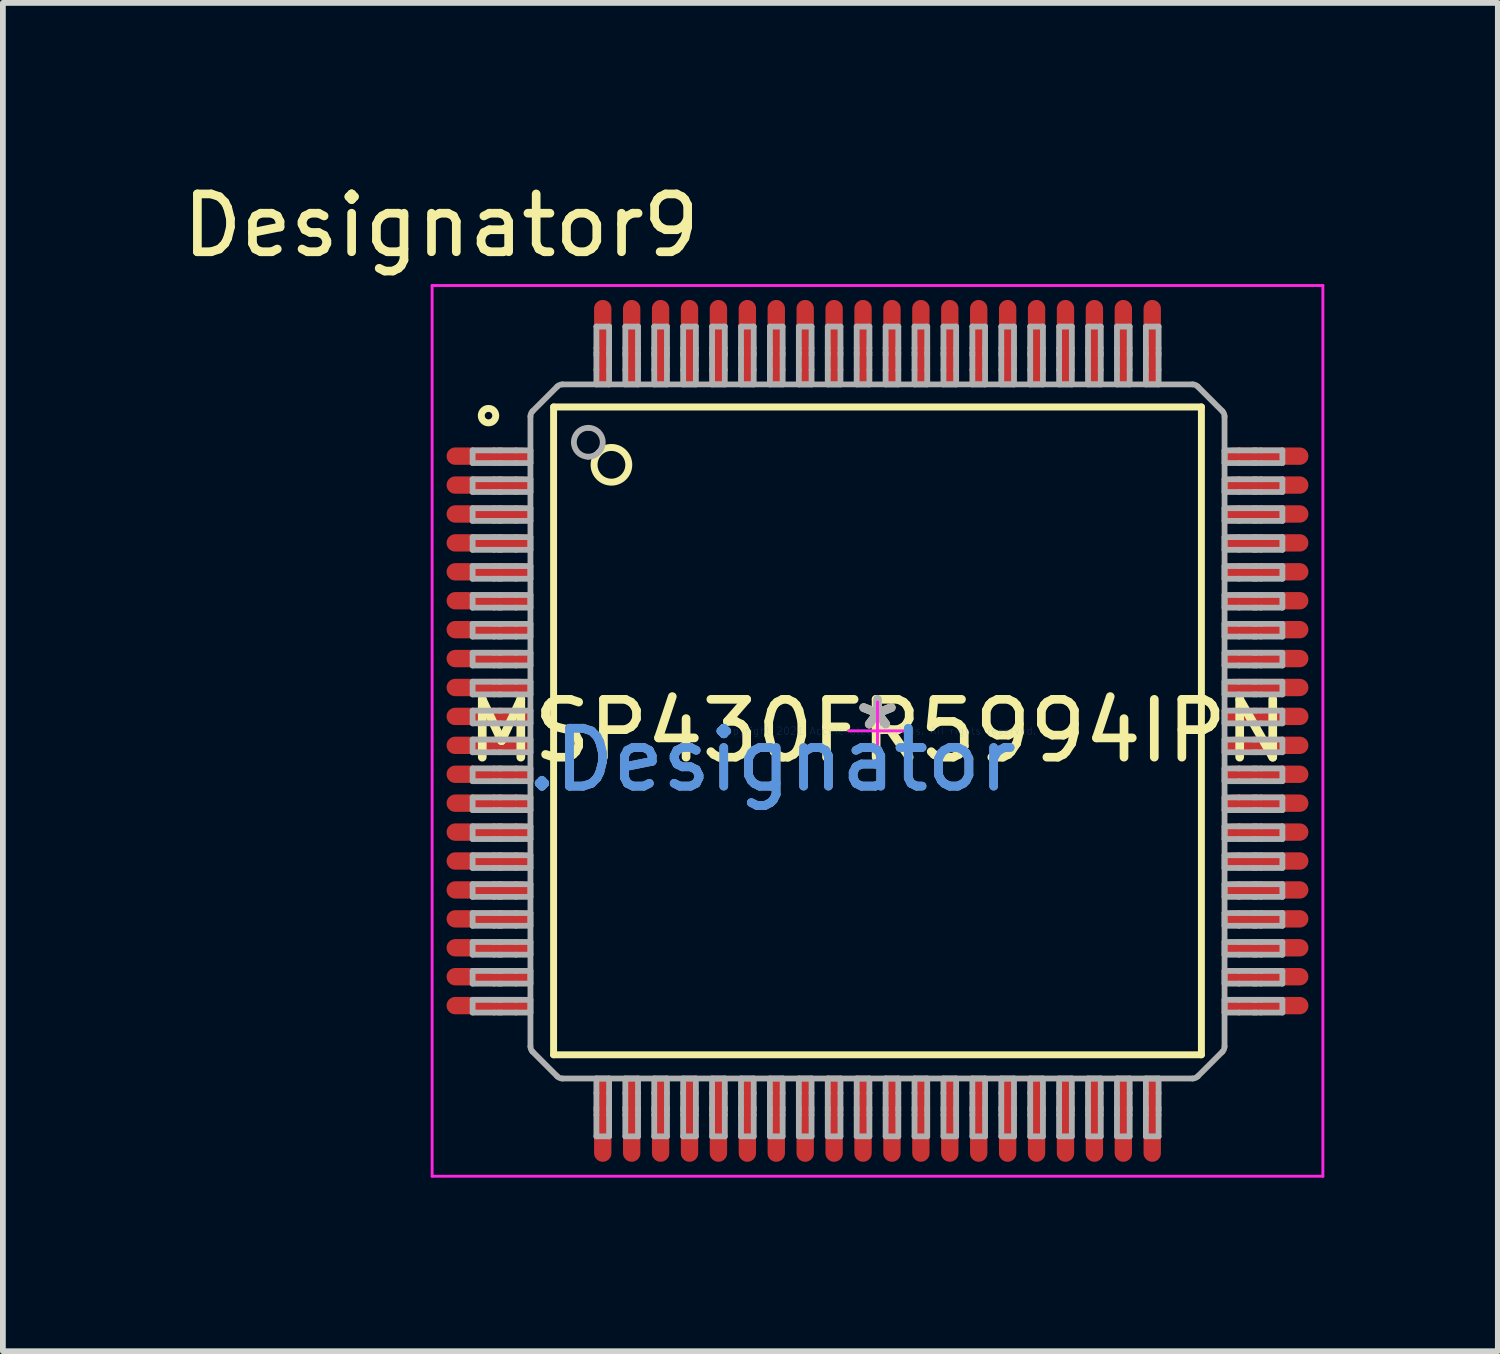
<source format=kicad_pcb>
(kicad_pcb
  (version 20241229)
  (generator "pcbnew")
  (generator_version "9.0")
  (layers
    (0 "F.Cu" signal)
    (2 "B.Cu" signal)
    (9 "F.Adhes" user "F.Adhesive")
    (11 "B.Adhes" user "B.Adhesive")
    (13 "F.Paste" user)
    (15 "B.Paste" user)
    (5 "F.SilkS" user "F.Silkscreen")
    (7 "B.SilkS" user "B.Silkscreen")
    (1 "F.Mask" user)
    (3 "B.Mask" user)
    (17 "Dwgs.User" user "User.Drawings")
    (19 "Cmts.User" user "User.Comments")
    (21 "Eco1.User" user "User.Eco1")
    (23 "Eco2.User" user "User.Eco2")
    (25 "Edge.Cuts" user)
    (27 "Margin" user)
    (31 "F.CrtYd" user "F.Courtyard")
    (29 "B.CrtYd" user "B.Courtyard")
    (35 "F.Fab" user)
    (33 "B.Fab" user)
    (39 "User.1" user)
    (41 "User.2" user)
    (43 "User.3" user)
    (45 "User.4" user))
  (footprint "MSP430FR5994IPN"
    (layer "F.Cu")
    (at 12.121 9.586)
    (property "Reference" "MSP430FR5994IPN" (at 0 0 0) (layer "F.SilkS") (effects (font (size 1 1) (thickness 0.15))))
    (attr through_hole)
    (fp_line (start -5.6 -5.6) (end 5.6 -5.6) (stroke (width 0.12) (type solid)) (layer "F.SilkS"))
    (fp_line (start -5.6 5.6) (end -5.6 -5.6) (stroke (width 0.12) (type solid)) (layer "F.SilkS"))
    (fp_line (start -5.6 5.6) (end 5.6 5.6) (stroke (width 0.12) (type solid)) (layer "F.SilkS"))
    (fp_line (start 5.6 5.6) (end 5.6 -5.6) (stroke (width 0.12) (type solid)) (layer "F.SilkS"))
    (fp_circle (center -6.725 -5.45) (end -6.6 -5.45) (stroke (width 0.12) (type solid)) (fill no) (layer "F.SilkS"))
    (fp_circle (center -4.6 -4.6) (end -4.3 -4.6) (stroke (width 0.12) (type solid)) (fill no) (layer "F.SilkS"))
    (fp_line (start -7.7 -7.7) (end 7.7 -7.7) (stroke (width 0.05) (type solid)) (layer "F.CrtYd"))
    (fp_line (start -7.7 7.7) (end -7.7 -7.7) (stroke (width 0.05) (type solid)) (layer "F.CrtYd"))
    (fp_line (start -7.7 7.7) (end 7.7 7.7) (stroke (width 0.05) (type solid)) (layer "F.CrtYd"))
    (fp_line (start -0.5 0) (end 0.5 0) (stroke (width 0.05) (type solid)) (layer "F.CrtYd"))
    (fp_line (start 0 0.5) (end 0 -0.5) (stroke (width 0.05) (type solid)) (layer "F.CrtYd"))
    (fp_line (start 7.7 7.7) (end 7.7 -7.7) (stroke (width 0.05) (type solid)) (layer "F.CrtYd"))
    (fp_line (start -7 -4.85) (end -6.628 -4.85) (stroke (width 0.1) (type solid)) (layer "F.Fab"))
    (fp_line (start -7 -4.63) (end -7 -4.85) (stroke (width 0.1) (type solid)) (layer "F.Fab"))
    (fp_line (start -7 -4.63) (end -6.628 -4.63) (stroke (width 0.1) (type solid)) (layer "F.Fab"))
    (fp_line (start -7 -4.35) (end -6.628 -4.35) (stroke (width 0.1) (type solid)) (layer "F.Fab"))
    (fp_line (start -7 -4.13) (end -7 -4.35) (stroke (width 0.1) (type solid)) (layer "F.Fab"))
    (fp_line (start -7 -4.13) (end -6.628 -4.13) (stroke (width 0.1) (type solid)) (layer "F.Fab"))
    (fp_line (start -7 -3.85) (end -6.628 -3.85) (stroke (width 0.1) (type solid)) (layer "F.Fab"))
    (fp_line (start -7 -3.63) (end -7 -3.85) (stroke (width 0.1) (type solid)) (layer "F.Fab"))
    (fp_line (start -7 -3.63) (end -6.628 -3.63) (stroke (width 0.1) (type solid)) (layer "F.Fab"))
    (fp_line (start -7 -3.35) (end -6.628 -3.35) (stroke (width 0.1) (type solid)) (layer "F.Fab"))
    (fp_line (start -7 -3.13) (end -7 -3.35) (stroke (width 0.1) (type solid)) (layer "F.Fab"))
    (fp_line (start -7 -3.13) (end -6.628 -3.13) (stroke (width 0.1) (type solid)) (layer "F.Fab"))
    (fp_line (start -7 -2.85) (end -6.628 -2.85) (stroke (width 0.1) (type solid)) (layer "F.Fab"))
    (fp_line (start -7 -2.63) (end -7 -2.85) (stroke (width 0.1) (type solid)) (layer "F.Fab"))
    (fp_line (start -7 -2.63) (end -6.628 -2.63) (stroke (width 0.1) (type solid)) (layer "F.Fab"))
    (fp_line (start -7 -2.35) (end -6.628 -2.35) (stroke (width 0.1) (type solid)) (layer "F.Fab"))
    (fp_line (start -7 -2.13) (end -7 -2.35) (stroke (width 0.1) (type solid)) (layer "F.Fab"))
    (fp_line (start -7 -2.13) (end -6.628 -2.13) (stroke (width 0.1) (type solid)) (layer "F.Fab"))
    (fp_line (start -7 -1.85) (end -6.628 -1.85) (stroke (width 0.1) (type solid)) (layer "F.Fab"))
    (fp_line (start -7 -1.63) (end -7 -1.85) (stroke (width 0.1) (type solid)) (layer "F.Fab"))
    (fp_line (start -7 -1.63) (end -6.628 -1.63) (stroke (width 0.1) (type solid)) (layer "F.Fab"))
    (fp_line (start -7 -1.35) (end -6.628 -1.35) (stroke (width 0.1) (type solid)) (layer "F.Fab"))
    (fp_line (start -7 -1.13) (end -7 -1.35) (stroke (width 0.1) (type solid)) (layer "F.Fab"))
    (fp_line (start -7 -1.13) (end -6.628 -1.13) (stroke (width 0.1) (type solid)) (layer "F.Fab"))
    (fp_line (start -7 -0.85) (end -6.628 -0.85) (stroke (width 0.1) (type solid)) (layer "F.Fab"))
    (fp_line (start -7 -0.63) (end -7 -0.85) (stroke (width 0.1) (type solid)) (layer "F.Fab"))
    (fp_line (start -7 -0.63) (end -6.628 -0.63) (stroke (width 0.1) (type solid)) (layer "F.Fab"))
    (fp_line (start -7 -0.35) (end -6.628 -0.35) (stroke (width 0.1) (type solid)) (layer "F.Fab"))
    (fp_line (start -7 -0.13) (end -7 -0.35) (stroke (width 0.1) (type solid)) (layer "F.Fab"))
    (fp_line (start -7 -0.13) (end -6.628 -0.13) (stroke (width 0.1) (type solid)) (layer "F.Fab"))
    (fp_line (start -7 0.15) (end -6.628 0.15) (stroke (width 0.1) (type solid)) (layer "F.Fab"))
    (fp_line (start -7 0.37) (end -7 0.15) (stroke (width 0.1) (type solid)) (layer "F.Fab"))
    (fp_line (start -7 0.37) (end -6.628 0.37) (stroke (width 0.1) (type solid)) (layer "F.Fab"))
    (fp_line (start -7 0.65) (end -6.628 0.65) (stroke (width 0.1) (type solid)) (layer "F.Fab"))
    (fp_line (start -7 0.87) (end -7 0.65) (stroke (width 0.1) (type solid)) (layer "F.Fab"))
    (fp_line (start -7 0.87) (end -6.628 0.87) (stroke (width 0.1) (type solid)) (layer "F.Fab"))
    (fp_line (start -7 1.15) (end -6.628 1.15) (stroke (width 0.1) (type solid)) (layer "F.Fab"))
    (fp_line (start -7 1.37) (end -7 1.15) (stroke (width 0.1) (type solid)) (layer "F.Fab"))
    (fp_line (start -7 1.37) (end -6.628 1.37) (stroke (width 0.1) (type solid)) (layer "F.Fab"))
    (fp_line (start -7 1.65) (end -6.628 1.65) (stroke (width 0.1) (type solid)) (layer "F.Fab"))
    (fp_line (start -7 1.87) (end -7 1.65) (stroke (width 0.1) (type solid)) (layer "F.Fab"))
    (fp_line (start -7 1.87) (end -6.628 1.87) (stroke (width 0.1) (type solid)) (layer "F.Fab"))
    (fp_line (start -7 2.15) (end -6.628 2.15) (stroke (width 0.1) (type solid)) (layer "F.Fab"))
    (fp_line (start -7 2.37) (end -7 2.15) (stroke (width 0.1) (type solid)) (layer "F.Fab"))
    (fp_line (start -7 2.37) (end -6.628 2.37) (stroke (width 0.1) (type solid)) (layer "F.Fab"))
    (fp_line (start -7 2.65) (end -6.628 2.65) (stroke (width 0.1) (type solid)) (layer "F.Fab"))
    (fp_line (start -7 2.87) (end -7 2.65) (stroke (width 0.1) (type solid)) (layer "F.Fab"))
    (fp_line (start -7 2.87) (end -6.628 2.87) (stroke (width 0.1) (type solid)) (layer "F.Fab"))
    (fp_line (start -7 3.15) (end -6.628 3.15) (stroke (width 0.1) (type solid)) (layer "F.Fab"))
    (fp_line (start -7 3.37) (end -7 3.15) (stroke (width 0.1) (type solid)) (layer "F.Fab"))
    (fp_line (start -7 3.37) (end -6.628 3.37) (stroke (width 0.1) (type solid)) (layer "F.Fab"))
    (fp_line (start -7 3.65) (end -6.628 3.65) (stroke (width 0.1) (type solid)) (layer "F.Fab"))
    (fp_line (start -7 3.87) (end -7 3.65) (stroke (width 0.1) (type solid)) (layer "F.Fab"))
    (fp_line (start -7 3.87) (end -6.628 3.87) (stroke (width 0.1) (type solid)) (layer "F.Fab"))
    (fp_line (start -7 4.15) (end -6.628 4.15) (stroke (width 0.1) (type solid)) (layer "F.Fab"))
    (fp_line (start -7 4.37) (end -7 4.15) (stroke (width 0.1) (type solid)) (layer "F.Fab"))
    (fp_line (start -7 4.37) (end -6.628 4.37) (stroke (width 0.1) (type solid)) (layer "F.Fab"))
    (fp_line (start -7 4.65) (end -6.628 4.65) (stroke (width 0.1) (type solid)) (layer "F.Fab"))
    (fp_line (start -7 4.87) (end -7 4.65) (stroke (width 0.1) (type solid)) (layer "F.Fab"))
    (fp_line (start -7 4.87) (end -6.628 4.87) (stroke (width 0.1) (type solid)) (layer "F.Fab"))
    (fp_line (start -6.628 -4.85) (end -6.548 -4.85) (stroke (width 0.1) (type solid)) (layer "F.Fab"))
    (fp_line (start -6.628 -4.63) (end -6.548 -4.63) (stroke (width 0.1) (type solid)) (layer "F.Fab"))
    (fp_line (start -6.628 -4.35) (end -6.548 -4.35) (stroke (width 0.1) (type solid)) (layer "F.Fab"))
    (fp_line (start -6.628 -4.13) (end -6.548 -4.13) (stroke (width 0.1) (type solid)) (layer "F.Fab"))
    (fp_line (start -6.628 -3.85) (end -6.548 -3.85) (stroke (width 0.1) (type solid)) (layer "F.Fab"))
    (fp_line (start -6.628 -3.63) (end -6.548 -3.63) (stroke (width 0.1) (type solid)) (layer "F.Fab"))
    (fp_line (start -6.628 -3.35) (end -6.548 -3.35) (stroke (width 0.1) (type solid)) (layer "F.Fab"))
    (fp_line (start -6.628 -3.13) (end -6.548 -3.13) (stroke (width 0.1) (type solid)) (layer "F.Fab"))
    (fp_line (start -6.628 -2.85) (end -6.548 -2.85) (stroke (width 0.1) (type solid)) (layer "F.Fab"))
    (fp_line (start -6.628 -2.63) (end -6.548 -2.63) (stroke (width 0.1) (type solid)) (layer "F.Fab"))
    (fp_line (start -6.628 -2.35) (end -6.548 -2.35) (stroke (width 0.1) (type solid)) (layer "F.Fab"))
    (fp_line (start -6.628 -2.13) (end -6.548 -2.13) (stroke (width 0.1) (type solid)) (layer "F.Fab"))
    (fp_line (start -6.628 -1.85) (end -6.548 -1.85) (stroke (width 0.1) (type solid)) (layer "F.Fab"))
    (fp_line (start -6.628 -1.63) (end -6.548 -1.63) (stroke (width 0.1) (type solid)) (layer "F.Fab"))
    (fp_line (start -6.628 -1.35) (end -6.548 -1.35) (stroke (width 0.1) (type solid)) (layer "F.Fab"))
    (fp_line (start -6.628 -1.13) (end -6.548 -1.13) (stroke (width 0.1) (type solid)) (layer "F.Fab"))
    (fp_line (start -6.628 -0.85) (end -6.548 -0.85) (stroke (width 0.1) (type solid)) (layer "F.Fab"))
    (fp_line (start -6.628 -0.63) (end -6.548 -0.63) (stroke (width 0.1) (type solid)) (layer "F.Fab"))
    (fp_line (start -6.628 -0.35) (end -6.548 -0.35) (stroke (width 0.1) (type solid)) (layer "F.Fab"))
    (fp_line (start -6.628 -0.13) (end -6.548 -0.13) (stroke (width 0.1) (type solid)) (layer "F.Fab"))
    (fp_line (start -6.628 0.15) (end -6.548 0.15) (stroke (width 0.1) (type solid)) (layer "F.Fab"))
    (fp_line (start -6.628 0.37) (end -6.548 0.37) (stroke (width 0.1) (type solid)) (layer "F.Fab"))
    (fp_line (start -6.628 0.65) (end -6.548 0.65) (stroke (width 0.1) (type solid)) (layer "F.Fab"))
    (fp_line (start -6.628 0.87) (end -6.548 0.87) (stroke (width 0.1) (type solid)) (layer "F.Fab"))
    (fp_line (start -6.628 1.15) (end -6.548 1.15) (stroke (width 0.1) (type solid)) (layer "F.Fab"))
    (fp_line (start -6.628 1.37) (end -6.548 1.37) (stroke (width 0.1) (type solid)) (layer "F.Fab"))
    (fp_line (start -6.628 1.65) (end -6.548 1.65) (stroke (width 0.1) (type solid)) (layer "F.Fab"))
    (fp_line (start -6.628 1.87) (end -6.548 1.87) (stroke (width 0.1) (type solid)) (layer "F.Fab"))
    (fp_line (start -6.628 2.15) (end -6.548 2.15) (stroke (width 0.1) (type solid)) (layer "F.Fab"))
    (fp_line (start -6.628 2.37) (end -6.548 2.37) (stroke (width 0.1) (type solid)) (layer "F.Fab"))
    (fp_line (start -6.628 2.65) (end -6.548 2.65) (stroke (width 0.1) (type solid)) (layer "F.Fab"))
    (fp_line (start -6.628 2.87) (end -6.548 2.87) (stroke (width 0.1) (type solid)) (layer "F.Fab"))
    (fp_line (start -6.628 3.15) (end -6.548 3.15) (stroke (width 0.1) (type solid)) (layer "F.Fab"))
    (fp_line (start -6.628 3.37) (end -6.548 3.37) (stroke (width 0.1) (type solid)) (layer "F.Fab"))
    (fp_line (start -6.628 3.65) (end -6.548 3.65) (stroke (width 0.1) (type solid)) (layer "F.Fab"))
    (fp_line (start -6.628 3.87) (end -6.548 3.87) (stroke (width 0.1) (type solid)) (layer "F.Fab"))
    (fp_line (start -6.628 4.15) (end -6.548 4.15) (stroke (width 0.1) (type solid)) (layer "F.Fab"))
    (fp_line (start -6.628 4.37) (end -6.548 4.37) (stroke (width 0.1) (type solid)) (layer "F.Fab"))
    (fp_line (start -6.628 4.65) (end -6.548 4.65) (stroke (width 0.1) (type solid)) (layer "F.Fab"))
    (fp_line (start -6.628 4.87) (end -6.548 4.87) (stroke (width 0.1) (type solid)) (layer "F.Fab"))
    (fp_line (start -6.548 -4.85) (end -6.506 -4.85) (stroke (width 0.1) (type solid)) (layer "F.Fab"))
    (fp_line (start -6.548 -4.63) (end -6.506 -4.63) (stroke (width 0.1) (type solid)) (layer "F.Fab"))
    (fp_line (start -6.548 -4.35) (end -6.506 -4.35) (stroke (width 0.1) (type solid)) (layer "F.Fab"))
    (fp_line (start -6.548 -4.13) (end -6.506 -4.13) (stroke (width 0.1) (type solid)) (layer "F.Fab"))
    (fp_line (start -6.548 -3.85) (end -6.506 -3.85) (stroke (width 0.1) (type solid)) (layer "F.Fab"))
    (fp_line (start -6.548 -3.63) (end -6.506 -3.63) (stroke (width 0.1) (type solid)) (layer "F.Fab"))
    (fp_line (start -6.548 -3.35) (end -6.506 -3.35) (stroke (width 0.1) (type solid)) (layer "F.Fab"))
    (fp_line (start -6.548 -3.13) (end -6.506 -3.13) (stroke (width 0.1) (type solid)) (layer "F.Fab"))
    (fp_line (start -6.548 -2.85) (end -6.506 -2.85) (stroke (width 0.1) (type solid)) (layer "F.Fab"))
    (fp_line (start -6.548 -2.63) (end -6.506 -2.63) (stroke (width 0.1) (type solid)) (layer "F.Fab"))
    (fp_line (start -6.548 -2.35) (end -6.506 -2.35) (stroke (width 0.1) (type solid)) (layer "F.Fab"))
    (fp_line (start -6.548 -2.13) (end -6.506 -2.13) (stroke (width 0.1) (type solid)) (layer "F.Fab"))
    (fp_line (start -6.548 -1.85) (end -6.506 -1.85) (stroke (width 0.1) (type solid)) (layer "F.Fab"))
    (fp_line (start -6.548 -1.63) (end -6.506 -1.63) (stroke (width 0.1) (type solid)) (layer "F.Fab"))
    (fp_line (start -6.548 -1.35) (end -6.506 -1.35) (stroke (width 0.1) (type solid)) (layer "F.Fab"))
    (fp_line (start -6.548 -1.13) (end -6.506 -1.13) (stroke (width 0.1) (type solid)) (layer "F.Fab"))
    (fp_line (start -6.548 -0.85) (end -6.506 -0.85) (stroke (width 0.1) (type solid)) (layer "F.Fab"))
    (fp_line (start -6.548 -0.63) (end -6.506 -0.63) (stroke (width 0.1) (type solid)) (layer "F.Fab"))
    (fp_line (start -6.548 -0.35) (end -6.506 -0.35) (stroke (width 0.1) (type solid)) (layer "F.Fab"))
    (fp_line (start -6.548 -0.13) (end -6.506 -0.13) (stroke (width 0.1) (type solid)) (layer "F.Fab"))
    (fp_line (start -6.548 0.15) (end -6.506 0.15) (stroke (width 0.1) (type solid)) (layer "F.Fab"))
    (fp_line (start -6.548 0.37) (end -6.506 0.37) (stroke (width 0.1) (type solid)) (layer "F.Fab"))
    (fp_line (start -6.548 0.65) (end -6.506 0.65) (stroke (width 0.1) (type solid)) (layer "F.Fab"))
    (fp_line (start -6.548 0.87) (end -6.506 0.87) (stroke (width 0.1) (type solid)) (layer "F.Fab"))
    (fp_line (start -6.548 1.15) (end -6.506 1.15) (stroke (width 0.1) (type solid)) (layer "F.Fab"))
    (fp_line (start -6.548 1.37) (end -6.506 1.37) (stroke (width 0.1) (type solid)) (layer "F.Fab"))
    (fp_line (start -6.548 1.65) (end -6.506 1.65) (stroke (width 0.1) (type solid)) (layer "F.Fab"))
    (fp_line (start -6.548 1.87) (end -6.506 1.87) (stroke (width 0.1) (type solid)) (layer "F.Fab"))
    (fp_line (start -6.548 2.15) (end -6.506 2.15) (stroke (width 0.1) (type solid)) (layer "F.Fab"))
    (fp_line (start -6.548 2.37) (end -6.506 2.37) (stroke (width 0.1) (type solid)) (layer "F.Fab"))
    (fp_line (start -6.548 2.65) (end -6.506 2.65) (stroke (width 0.1) (type solid)) (layer "F.Fab"))
    (fp_line (start -6.548 2.87) (end -6.506 2.87) (stroke (width 0.1) (type solid)) (layer "F.Fab"))
    (fp_line (start -6.548 3.15) (end -6.506 3.15) (stroke (width 0.1) (type solid)) (layer "F.Fab"))
    (fp_line (start -6.548 3.37) (end -6.506 3.37) (stroke (width 0.1) (type solid)) (layer "F.Fab"))
    (fp_line (start -6.548 3.65) (end -6.506 3.65) (stroke (width 0.1) (type solid)) (layer "F.Fab"))
    (fp_line (start -6.548 3.87) (end -6.506 3.87) (stroke (width 0.1) (type solid)) (layer "F.Fab"))
    (fp_line (start -6.548 4.15) (end -6.506 4.15) (stroke (width 0.1) (type solid)) (layer "F.Fab"))
    (fp_line (start -6.548 4.37) (end -6.506 4.37) (stroke (width 0.1) (type solid)) (layer "F.Fab"))
    (fp_line (start -6.548 4.65) (end -6.506 4.65) (stroke (width 0.1) (type solid)) (layer "F.Fab"))
    (fp_line (start -6.548 4.87) (end -6.506 4.87) (stroke (width 0.1) (type solid)) (layer "F.Fab"))
    (fp_line (start -6.506 -4.85) (end -6.252 -4.85) (stroke (width 0.1) (type solid)) (layer "F.Fab"))
    (fp_line (start -6.506 -4.63) (end -6.252 -4.63) (stroke (width 0.1) (type solid)) (layer "F.Fab"))
    (fp_line (start -6.506 -4.35) (end -6.252 -4.35) (stroke (width 0.1) (type solid)) (layer "F.Fab"))
    (fp_line (start -6.506 -4.13) (end -6.252 -4.13) (stroke (width 0.1) (type solid)) (layer "F.Fab"))
    (fp_line (start -6.506 -3.85) (end -6.252 -3.85) (stroke (width 0.1) (type solid)) (layer "F.Fab"))
    (fp_line (start -6.506 -3.63) (end -6.252 -3.63) (stroke (width 0.1) (type solid)) (layer "F.Fab"))
    (fp_line (start -6.506 -3.35) (end -6.252 -3.35) (stroke (width 0.1) (type solid)) (layer "F.Fab"))
    (fp_line (start -6.506 -3.13) (end -6.252 -3.13) (stroke (width 0.1) (type solid)) (layer "F.Fab"))
    (fp_line (start -6.506 -2.85) (end -6.252 -2.85) (stroke (width 0.1) (type solid)) (layer "F.Fab"))
    (fp_line (start -6.506 -2.63) (end -6.252 -2.63) (stroke (width 0.1) (type solid)) (layer "F.Fab"))
    (fp_line (start -6.506 -2.35) (end -6.252 -2.35) (stroke (width 0.1) (type solid)) (layer "F.Fab"))
    (fp_line (start -6.506 -2.13) (end -6.252 -2.13) (stroke (width 0.1) (type solid)) (layer "F.Fab"))
    (fp_line (start -6.506 -1.85) (end -6.252 -1.85) (stroke (width 0.1) (type solid)) (layer "F.Fab"))
    (fp_line (start -6.506 -1.63) (end -6.252 -1.63) (stroke (width 0.1) (type solid)) (layer "F.Fab"))
    (fp_line (start -6.506 -1.35) (end -6.252 -1.35) (stroke (width 0.1) (type solid)) (layer "F.Fab"))
    (fp_line (start -6.506 -1.13) (end -6.252 -1.13) (stroke (width 0.1) (type solid)) (layer "F.Fab"))
    (fp_line (start -6.506 -0.85) (end -6.252 -0.85) (stroke (width 0.1) (type solid)) (layer "F.Fab"))
    (fp_line (start -6.506 -0.63) (end -6.252 -0.63) (stroke (width 0.1) (type solid)) (layer "F.Fab"))
    (fp_line (start -6.506 -0.35) (end -6.252 -0.35) (stroke (width 0.1) (type solid)) (layer "F.Fab"))
    (fp_line (start -6.506 -0.13) (end -6.252 -0.13) (stroke (width 0.1) (type solid)) (layer "F.Fab"))
    (fp_line (start -6.506 0.15) (end -6.252 0.15) (stroke (width 0.1) (type solid)) (layer "F.Fab"))
    (fp_line (start -6.506 0.37) (end -6.252 0.37) (stroke (width 0.1) (type solid)) (layer "F.Fab"))
    (fp_line (start -6.506 0.65) (end -6.252 0.65) (stroke (width 0.1) (type solid)) (layer "F.Fab"))
    (fp_line (start -6.506 0.87) (end -6.252 0.87) (stroke (width 0.1) (type solid)) (layer "F.Fab"))
    (fp_line (start -6.506 1.15) (end -6.252 1.15) (stroke (width 0.1) (type solid)) (layer "F.Fab"))
    (fp_line (start -6.506 1.37) (end -6.252 1.37) (stroke (width 0.1) (type solid)) (layer "F.Fab"))
    (fp_line (start -6.506 1.65) (end -6.252 1.65) (stroke (width 0.1) (type solid)) (layer "F.Fab"))
    (fp_line (start -6.506 1.87) (end -6.252 1.87) (stroke (width 0.1) (type solid)) (layer "F.Fab"))
    (fp_line (start -6.506 2.15) (end -6.252 2.15) (stroke (width 0.1) (type solid)) (layer "F.Fab"))
    (fp_line (start -6.506 2.37) (end -6.252 2.37) (stroke (width 0.1) (type solid)) (layer "F.Fab"))
    (fp_line (start -6.506 2.65) (end -6.252 2.65) (stroke (width 0.1) (type solid)) (layer "F.Fab"))
    (fp_line (start -6.506 2.87) (end -6.252 2.87) (stroke (width 0.1) (type solid)) (layer "F.Fab"))
    (fp_line (start -6.506 3.15) (end -6.252 3.15) (stroke (width 0.1) (type solid)) (layer "F.Fab"))
    (fp_line (start -6.506 3.37) (end -6.252 3.37) (stroke (width 0.1) (type solid)) (layer "F.Fab"))
    (fp_line (start -6.506 3.65) (end -6.252 3.65) (stroke (width 0.1) (type solid)) (layer "F.Fab"))
    (fp_line (start -6.506 3.87) (end -6.252 3.87) (stroke (width 0.1) (type solid)) (layer "F.Fab"))
    (fp_line (start -6.506 4.15) (end -6.252 4.15) (stroke (width 0.1) (type solid)) (layer "F.Fab"))
    (fp_line (start -6.506 4.37) (end -6.252 4.37) (stroke (width 0.1) (type solid)) (layer "F.Fab"))
    (fp_line (start -6.506 4.65) (end -6.252 4.65) (stroke (width 0.1) (type solid)) (layer "F.Fab"))
    (fp_line (start -6.506 4.87) (end -6.252 4.87) (stroke (width 0.1) (type solid)) (layer "F.Fab"))
    (fp_line (start -6.252 -4.85) (end -6 -4.85) (stroke (width 0.1) (type solid)) (layer "F.Fab"))
    (fp_line (start -6.252 -4.63) (end -6 -4.63) (stroke (width 0.1) (type solid)) (layer "F.Fab"))
    (fp_line (start -6.252 -4.35) (end -6 -4.35) (stroke (width 0.1) (type solid)) (layer "F.Fab"))
    (fp_line (start -6.252 -4.13) (end -6 -4.13) (stroke (width 0.1) (type solid)) (layer "F.Fab"))
    (fp_line (start -6.252 -3.85) (end -6 -3.85) (stroke (width 0.1) (type solid)) (layer "F.Fab"))
    (fp_line (start -6.252 -3.63) (end -6 -3.63) (stroke (width 0.1) (type solid)) (layer "F.Fab"))
    (fp_line (start -6.252 -3.35) (end -6 -3.35) (stroke (width 0.1) (type solid)) (layer "F.Fab"))
    (fp_line (start -6.252 -3.13) (end -6 -3.13) (stroke (width 0.1) (type solid)) (layer "F.Fab"))
    (fp_line (start -6.252 -2.85) (end -6 -2.85) (stroke (width 0.1) (type solid)) (layer "F.Fab"))
    (fp_line (start -6.252 -2.63) (end -6 -2.63) (stroke (width 0.1) (type solid)) (layer "F.Fab"))
    (fp_line (start -6.252 -2.35) (end -6 -2.35) (stroke (width 0.1) (type solid)) (layer "F.Fab"))
    (fp_line (start -6.252 -2.13) (end -6 -2.13) (stroke (width 0.1) (type solid)) (layer "F.Fab"))
    (fp_line (start -6.252 -1.85) (end -6 -1.85) (stroke (width 0.1) (type solid)) (layer "F.Fab"))
    (fp_line (start -6.252 -1.63) (end -6 -1.63) (stroke (width 0.1) (type solid)) (layer "F.Fab"))
    (fp_line (start -6.252 -1.35) (end -6 -1.35) (stroke (width 0.1) (type solid)) (layer "F.Fab"))
    (fp_line (start -6.252 -1.13) (end -6 -1.13) (stroke (width 0.1) (type solid)) (layer "F.Fab"))
    (fp_line (start -6.252 -0.85) (end -6 -0.85) (stroke (width 0.1) (type solid)) (layer "F.Fab"))
    (fp_line (start -6.252 -0.63) (end -6 -0.63) (stroke (width 0.1) (type solid)) (layer "F.Fab"))
    (fp_line (start -6.252 -0.35) (end -6 -0.35) (stroke (width 0.1) (type solid)) (layer "F.Fab"))
    (fp_line (start -6.252 -0.13) (end -6 -0.13) (stroke (width 0.1) (type solid)) (layer "F.Fab"))
    (fp_line (start -6.252 0.15) (end -6 0.15) (stroke (width 0.1) (type solid)) (layer "F.Fab"))
    (fp_line (start -6.252 0.37) (end -6 0.37) (stroke (width 0.1) (type solid)) (layer "F.Fab"))
    (fp_line (start -6.252 0.65) (end -6 0.65) (stroke (width 0.1) (type solid)) (layer "F.Fab"))
    (fp_line (start -6.252 0.87) (end -6 0.87) (stroke (width 0.1) (type solid)) (layer "F.Fab"))
    (fp_line (start -6.252 1.15) (end -6 1.15) (stroke (width 0.1) (type solid)) (layer "F.Fab"))
    (fp_line (start -6.252 1.37) (end -6 1.37) (stroke (width 0.1) (type solid)) (layer "F.Fab"))
    (fp_line (start -6.252 1.65) (end -6 1.65) (stroke (width 0.1) (type solid)) (layer "F.Fab"))
    (fp_line (start -6.252 1.87) (end -6 1.87) (stroke (width 0.1) (type solid)) (layer "F.Fab"))
    (fp_line (start -6.252 2.15) (end -6 2.15) (stroke (width 0.1) (type solid)) (layer "F.Fab"))
    (fp_line (start -6.252 2.37) (end -6 2.37) (stroke (width 0.1) (type solid)) (layer "F.Fab"))
    (fp_line (start -6.252 2.65) (end -6 2.65) (stroke (width 0.1) (type solid)) (layer "F.Fab"))
    (fp_line (start -6.252 2.87) (end -6 2.87) (stroke (width 0.1) (type solid)) (layer "F.Fab"))
    (fp_line (start -6.252 3.15) (end -6 3.15) (stroke (width 0.1) (type solid)) (layer "F.Fab"))
    (fp_line (start -6.252 3.37) (end -6 3.37) (stroke (width 0.1) (type solid)) (layer "F.Fab"))
    (fp_line (start -6.252 3.65) (end -6 3.65) (stroke (width 0.1) (type solid)) (layer "F.Fab"))
    (fp_line (start -6.252 3.87) (end -6 3.87) (stroke (width 0.1) (type solid)) (layer "F.Fab"))
    (fp_line (start -6.252 4.15) (end -6 4.15) (stroke (width 0.1) (type solid)) (layer "F.Fab"))
    (fp_line (start -6.252 4.37) (end -6 4.37) (stroke (width 0.1) (type solid)) (layer "F.Fab"))
    (fp_line (start -6.252 4.65) (end -6 4.65) (stroke (width 0.1) (type solid)) (layer "F.Fab"))
    (fp_line (start -6.252 4.87) (end -6 4.87) (stroke (width 0.1) (type solid)) (layer "F.Fab"))
    (fp_line (start -6 -4.63) (end -6 -4.85) (stroke (width 0.1) (type solid)) (layer "F.Fab"))
    (fp_line (start -6 -4.13) (end -6 -4.35) (stroke (width 0.1) (type solid)) (layer "F.Fab"))
    (fp_line (start -6 -3.63) (end -6 -3.85) (stroke (width 0.1) (type solid)) (layer "F.Fab"))
    (fp_line (start -6 -3.13) (end -6 -3.35) (stroke (width 0.1) (type solid)) (layer "F.Fab"))
    (fp_line (start -6 -2.63) (end -6 -2.85) (stroke (width 0.1) (type solid)) (layer "F.Fab"))
    (fp_line (start -6 -2.13) (end -6 -2.35) (stroke (width 0.1) (type solid)) (layer "F.Fab"))
    (fp_line (start -6 -1.63) (end -6 -1.85) (stroke (width 0.1) (type solid)) (layer "F.Fab"))
    (fp_line (start -6 -1.13) (end -6 -1.35) (stroke (width 0.1) (type solid)) (layer "F.Fab"))
    (fp_line (start -6 -0.63) (end -6 -0.85) (stroke (width 0.1) (type solid)) (layer "F.Fab"))
    (fp_line (start -6 -0.13) (end -6 -0.35) (stroke (width 0.1) (type solid)) (layer "F.Fab"))
    (fp_line (start -6 0.37) (end -6 0.15) (stroke (width 0.1) (type solid)) (layer "F.Fab"))
    (fp_line (start -6 0.87) (end -6 0.65) (stroke (width 0.1) (type solid)) (layer "F.Fab"))
    (fp_line (start -6 1.37) (end -6 1.15) (stroke (width 0.1) (type solid)) (layer "F.Fab"))
    (fp_line (start -6 1.87) (end -6 1.65) (stroke (width 0.1) (type solid)) (layer "F.Fab"))
    (fp_line (start -6 2.37) (end -6 2.15) (stroke (width 0.1) (type solid)) (layer "F.Fab"))
    (fp_line (start -6 2.87) (end -6 2.65) (stroke (width 0.1) (type solid)) (layer "F.Fab"))
    (fp_line (start -6 3.37) (end -6 3.15) (stroke (width 0.1) (type solid)) (layer "F.Fab"))
    (fp_line (start -6 3.87) (end -6 3.65) (stroke (width 0.1) (type solid)) (layer "F.Fab"))
    (fp_line (start -6 4.37) (end -6 4.15) (stroke (width 0.1) (type solid)) (layer "F.Fab"))
    (fp_line (start -6 4.87) (end -6 4.65) (stroke (width 0.1) (type solid)) (layer "F.Fab"))
    (fp_line (start -6 5.458) (end -6 -5.438) (stroke (width 0.1) (type solid)) (layer "F.Fab"))
    (fp_line (start -5.963 -5.527) (end -5.537 -5.953) (stroke (width 0.1) (type solid)) (layer "F.Fab"))
    (fp_line (start -5.963 5.547) (end -5.537 5.973) (stroke (width 0.1) (type solid)) (layer "F.Fab"))
    (fp_line (start -5.448 -5.99) (end 5.448 -5.99) (stroke (width 0.1) (type solid)) (layer "F.Fab"))
    (fp_line (start -5.448 6.01) (end 5.448 6.01) (stroke (width 0.1) (type solid)) (layer "F.Fab"))
    (fp_line (start -4.86 -6.99) (end -4.64 -6.99) (stroke (width 0.1) (type solid)) (layer "F.Fab"))
    (fp_line (start -4.86 -6.618) (end -4.86 -6.99) (stroke (width 0.1) (type solid)) (layer "F.Fab"))
    (fp_line (start -4.86 -6.538) (end -4.86 -6.618) (stroke (width 0.1) (type solid)) (layer "F.Fab"))
    (fp_line (start -4.86 -6.496) (end -4.86 -6.538) (stroke (width 0.1) (type solid)) (layer "F.Fab"))
    (fp_line (start -4.86 -6.242) (end -4.86 -6.496) (stroke (width 0.1) (type solid)) (layer "F.Fab"))
    (fp_line (start -4.86 -5.99) (end -4.86 -6.242) (stroke (width 0.1) (type solid)) (layer "F.Fab"))
    (fp_line (start -4.86 -5.99) (end -4.64 -5.99) (stroke (width 0.1) (type solid)) (layer "F.Fab"))
    (fp_line (start -4.86 6.01) (end -4.64 6.01) (stroke (width 0.1) (type solid)) (layer "F.Fab"))
    (fp_line (start -4.86 6.262) (end -4.86 6.01) (stroke (width 0.1) (type solid)) (layer "F.Fab"))
    (fp_line (start -4.86 6.516) (end -4.86 6.262) (stroke (width 0.1) (type solid)) (layer "F.Fab"))
    (fp_line (start -4.86 6.558) (end -4.86 6.516) (stroke (width 0.1) (type solid)) (layer "F.Fab"))
    (fp_line (start -4.86 6.638) (end -4.86 6.558) (stroke (width 0.1) (type solid)) (layer "F.Fab"))
    (fp_line (start -4.86 7.01) (end -4.86 6.638) (stroke (width 0.1) (type solid)) (layer "F.Fab"))
    (fp_line (start -4.86 7.01) (end -4.64 7.01) (stroke (width 0.1) (type solid)) (layer "F.Fab"))
    (fp_line (start -4.64 -6.618) (end -4.64 -6.99) (stroke (width 0.1) (type solid)) (layer "F.Fab"))
    (fp_line (start -4.64 -6.538) (end -4.64 -6.618) (stroke (width 0.1) (type solid)) (layer "F.Fab"))
    (fp_line (start -4.64 -6.496) (end -4.64 -6.538) (stroke (width 0.1) (type solid)) (layer "F.Fab"))
    (fp_line (start -4.64 -6.242) (end -4.64 -6.496) (stroke (width 0.1) (type solid)) (layer "F.Fab"))
    (fp_line (start -4.64 -5.99) (end -4.64 -6.242) (stroke (width 0.1) (type solid)) (layer "F.Fab"))
    (fp_line (start -4.64 6.262) (end -4.64 6.01) (stroke (width 0.1) (type solid)) (layer "F.Fab"))
    (fp_line (start -4.64 6.516) (end -4.64 6.262) (stroke (width 0.1) (type solid)) (layer "F.Fab"))
    (fp_line (start -4.64 6.558) (end -4.64 6.516) (stroke (width 0.1) (type solid)) (layer "F.Fab"))
    (fp_line (start -4.64 6.638) (end -4.64 6.558) (stroke (width 0.1) (type solid)) (layer "F.Fab"))
    (fp_line (start -4.64 7.01) (end -4.64 6.638) (stroke (width 0.1) (type solid)) (layer "F.Fab"))
    (fp_line (start -4.36 -6.99) (end -4.14 -6.99) (stroke (width 0.1) (type solid)) (layer "F.Fab"))
    (fp_line (start -4.36 -6.618) (end -4.36 -6.99) (stroke (width 0.1) (type solid)) (layer "F.Fab"))
    (fp_line (start -4.36 -6.538) (end -4.36 -6.618) (stroke (width 0.1) (type solid)) (layer "F.Fab"))
    (fp_line (start -4.36 -6.496) (end -4.36 -6.538) (stroke (width 0.1) (type solid)) (layer "F.Fab"))
    (fp_line (start -4.36 -6.242) (end -4.36 -6.496) (stroke (width 0.1) (type solid)) (layer "F.Fab"))
    (fp_line (start -4.36 -5.99) (end -4.36 -6.242) (stroke (width 0.1) (type solid)) (layer "F.Fab"))
    (fp_line (start -4.36 -5.99) (end -4.14 -5.99) (stroke (width 0.1) (type solid)) (layer "F.Fab"))
    (fp_line (start -4.36 6.01) (end -4.14 6.01) (stroke (width 0.1) (type solid)) (layer "F.Fab"))
    (fp_line (start -4.36 6.262) (end -4.36 6.01) (stroke (width 0.1) (type solid)) (layer "F.Fab"))
    (fp_line (start -4.36 6.516) (end -4.36 6.262) (stroke (width 0.1) (type solid)) (layer "F.Fab"))
    (fp_line (start -4.36 6.558) (end -4.36 6.516) (stroke (width 0.1) (type solid)) (layer "F.Fab"))
    (fp_line (start -4.36 6.638) (end -4.36 6.558) (stroke (width 0.1) (type solid)) (layer "F.Fab"))
    (fp_line (start -4.36 7.01) (end -4.36 6.638) (stroke (width 0.1) (type solid)) (layer "F.Fab"))
    (fp_line (start -4.36 7.01) (end -4.14 7.01) (stroke (width 0.1) (type solid)) (layer "F.Fab"))
    (fp_line (start -4.14 -6.618) (end -4.14 -6.99) (stroke (width 0.1) (type solid)) (layer "F.Fab"))
    (fp_line (start -4.14 -6.538) (end -4.14 -6.618) (stroke (width 0.1) (type solid)) (layer "F.Fab"))
    (fp_line (start -4.14 -6.496) (end -4.14 -6.538) (stroke (width 0.1) (type solid)) (layer "F.Fab"))
    (fp_line (start -4.14 -6.242) (end -4.14 -6.496) (stroke (width 0.1) (type solid)) (layer "F.Fab"))
    (fp_line (start -4.14 -5.99) (end -4.14 -6.242) (stroke (width 0.1) (type solid)) (layer "F.Fab"))
    (fp_line (start -4.14 6.262) (end -4.14 6.01) (stroke (width 0.1) (type solid)) (layer "F.Fab"))
    (fp_line (start -4.14 6.516) (end -4.14 6.262) (stroke (width 0.1) (type solid)) (layer "F.Fab"))
    (fp_line (start -4.14 6.558) (end -4.14 6.516) (stroke (width 0.1) (type solid)) (layer "F.Fab"))
    (fp_line (start -4.14 6.638) (end -4.14 6.558) (stroke (width 0.1) (type solid)) (layer "F.Fab"))
    (fp_line (start -4.14 7.01) (end -4.14 6.638) (stroke (width 0.1) (type solid)) (layer "F.Fab"))
    (fp_line (start -3.86 -6.99) (end -3.64 -6.99) (stroke (width 0.1) (type solid)) (layer "F.Fab"))
    (fp_line (start -3.86 -6.618) (end -3.86 -6.99) (stroke (width 0.1) (type solid)) (layer "F.Fab"))
    (fp_line (start -3.86 -6.538) (end -3.86 -6.618) (stroke (width 0.1) (type solid)) (layer "F.Fab"))
    (fp_line (start -3.86 -6.496) (end -3.86 -6.538) (stroke (width 0.1) (type solid)) (layer "F.Fab"))
    (fp_line (start -3.86 -6.242) (end -3.86 -6.496) (stroke (width 0.1) (type solid)) (layer "F.Fab"))
    (fp_line (start -3.86 -5.99) (end -3.86 -6.242) (stroke (width 0.1) (type solid)) (layer "F.Fab"))
    (fp_line (start -3.86 -5.99) (end -3.64 -5.99) (stroke (width 0.1) (type solid)) (layer "F.Fab"))
    (fp_line (start -3.86 6.01) (end -3.64 6.01) (stroke (width 0.1) (type solid)) (layer "F.Fab"))
    (fp_line (start -3.86 6.262) (end -3.86 6.01) (stroke (width 0.1) (type solid)) (layer "F.Fab"))
    (fp_line (start -3.86 6.516) (end -3.86 6.262) (stroke (width 0.1) (type solid)) (layer "F.Fab"))
    (fp_line (start -3.86 6.558) (end -3.86 6.516) (stroke (width 0.1) (type solid)) (layer "F.Fab"))
    (fp_line (start -3.86 6.638) (end -3.86 6.558) (stroke (width 0.1) (type solid)) (layer "F.Fab"))
    (fp_line (start -3.86 7.01) (end -3.86 6.638) (stroke (width 0.1) (type solid)) (layer "F.Fab"))
    (fp_line (start -3.86 7.01) (end -3.64 7.01) (stroke (width 0.1) (type solid)) (layer "F.Fab"))
    (fp_line (start -3.64 -6.618) (end -3.64 -6.99) (stroke (width 0.1) (type solid)) (layer "F.Fab"))
    (fp_line (start -3.64 -6.538) (end -3.64 -6.618) (stroke (width 0.1) (type solid)) (layer "F.Fab"))
    (fp_line (start -3.64 -6.496) (end -3.64 -6.538) (stroke (width 0.1) (type solid)) (layer "F.Fab"))
    (fp_line (start -3.64 -6.242) (end -3.64 -6.496) (stroke (width 0.1) (type solid)) (layer "F.Fab"))
    (fp_line (start -3.64 -5.99) (end -3.64 -6.242) (stroke (width 0.1) (type solid)) (layer "F.Fab"))
    (fp_line (start -3.64 6.262) (end -3.64 6.01) (stroke (width 0.1) (type solid)) (layer "F.Fab"))
    (fp_line (start -3.64 6.516) (end -3.64 6.262) (stroke (width 0.1) (type solid)) (layer "F.Fab"))
    (fp_line (start -3.64 6.558) (end -3.64 6.516) (stroke (width 0.1) (type solid)) (layer "F.Fab"))
    (fp_line (start -3.64 6.638) (end -3.64 6.558) (stroke (width 0.1) (type solid)) (layer "F.Fab"))
    (fp_line (start -3.64 7.01) (end -3.64 6.638) (stroke (width 0.1) (type solid)) (layer "F.Fab"))
    (fp_line (start -3.36 -6.99) (end -3.14 -6.99) (stroke (width 0.1) (type solid)) (layer "F.Fab"))
    (fp_line (start -3.36 -6.618) (end -3.36 -6.99) (stroke (width 0.1) (type solid)) (layer "F.Fab"))
    (fp_line (start -3.36 -6.538) (end -3.36 -6.618) (stroke (width 0.1) (type solid)) (layer "F.Fab"))
    (fp_line (start -3.36 -6.496) (end -3.36 -6.538) (stroke (width 0.1) (type solid)) (layer "F.Fab"))
    (fp_line (start -3.36 -6.242) (end -3.36 -6.496) (stroke (width 0.1) (type solid)) (layer "F.Fab"))
    (fp_line (start -3.36 -5.99) (end -3.36 -6.242) (stroke (width 0.1) (type solid)) (layer "F.Fab"))
    (fp_line (start -3.36 -5.99) (end -3.14 -5.99) (stroke (width 0.1) (type solid)) (layer "F.Fab"))
    (fp_line (start -3.36 6.01) (end -3.14 6.01) (stroke (width 0.1) (type solid)) (layer "F.Fab"))
    (fp_line (start -3.36 6.262) (end -3.36 6.01) (stroke (width 0.1) (type solid)) (layer "F.Fab"))
    (fp_line (start -3.36 6.516) (end -3.36 6.262) (stroke (width 0.1) (type solid)) (layer "F.Fab"))
    (fp_line (start -3.36 6.558) (end -3.36 6.516) (stroke (width 0.1) (type solid)) (layer "F.Fab"))
    (fp_line (start -3.36 6.638) (end -3.36 6.558) (stroke (width 0.1) (type solid)) (layer "F.Fab"))
    (fp_line (start -3.36 7.01) (end -3.36 6.638) (stroke (width 0.1) (type solid)) (layer "F.Fab"))
    (fp_line (start -3.36 7.01) (end -3.14 7.01) (stroke (width 0.1) (type solid)) (layer "F.Fab"))
    (fp_line (start -3.14 -6.618) (end -3.14 -6.99) (stroke (width 0.1) (type solid)) (layer "F.Fab"))
    (fp_line (start -3.14 -6.538) (end -3.14 -6.618) (stroke (width 0.1) (type solid)) (layer "F.Fab"))
    (fp_line (start -3.14 -6.496) (end -3.14 -6.538) (stroke (width 0.1) (type solid)) (layer "F.Fab"))
    (fp_line (start -3.14 -6.242) (end -3.14 -6.496) (stroke (width 0.1) (type solid)) (layer "F.Fab"))
    (fp_line (start -3.14 -5.99) (end -3.14 -6.242) (stroke (width 0.1) (type solid)) (layer "F.Fab"))
    (fp_line (start -3.14 6.262) (end -3.14 6.01) (stroke (width 0.1) (type solid)) (layer "F.Fab"))
    (fp_line (start -3.14 6.516) (end -3.14 6.262) (stroke (width 0.1) (type solid)) (layer "F.Fab"))
    (fp_line (start -3.14 6.558) (end -3.14 6.516) (stroke (width 0.1) (type solid)) (layer "F.Fab"))
    (fp_line (start -3.14 6.638) (end -3.14 6.558) (stroke (width 0.1) (type solid)) (layer "F.Fab"))
    (fp_line (start -3.14 7.01) (end -3.14 6.638) (stroke (width 0.1) (type solid)) (layer "F.Fab"))
    (fp_line (start -2.86 -6.99) (end -2.64 -6.99) (stroke (width 0.1) (type solid)) (layer "F.Fab"))
    (fp_line (start -2.86 -6.618) (end -2.86 -6.99) (stroke (width 0.1) (type solid)) (layer "F.Fab"))
    (fp_line (start -2.86 -6.538) (end -2.86 -6.618) (stroke (width 0.1) (type solid)) (layer "F.Fab"))
    (fp_line (start -2.86 -6.496) (end -2.86 -6.538) (stroke (width 0.1) (type solid)) (layer "F.Fab"))
    (fp_line (start -2.86 -6.242) (end -2.86 -6.496) (stroke (width 0.1) (type solid)) (layer "F.Fab"))
    (fp_line (start -2.86 -5.99) (end -2.86 -6.242) (stroke (width 0.1) (type solid)) (layer "F.Fab"))
    (fp_line (start -2.86 -5.99) (end -2.64 -5.99) (stroke (width 0.1) (type solid)) (layer "F.Fab"))
    (fp_line (start -2.86 6.01) (end -2.64 6.01) (stroke (width 0.1) (type solid)) (layer "F.Fab"))
    (fp_line (start -2.86 6.262) (end -2.86 6.01) (stroke (width 0.1) (type solid)) (layer "F.Fab"))
    (fp_line (start -2.86 6.516) (end -2.86 6.262) (stroke (width 0.1) (type solid)) (layer "F.Fab"))
    (fp_line (start -2.86 6.558) (end -2.86 6.516) (stroke (width 0.1) (type solid)) (layer "F.Fab"))
    (fp_line (start -2.86 6.638) (end -2.86 6.558) (stroke (width 0.1) (type solid)) (layer "F.Fab"))
    (fp_line (start -2.86 7.01) (end -2.86 6.638) (stroke (width 0.1) (type solid)) (layer "F.Fab"))
    (fp_line (start -2.86 7.01) (end -2.64 7.01) (stroke (width 0.1) (type solid)) (layer "F.Fab"))
    (fp_line (start -2.64 -6.618) (end -2.64 -6.99) (stroke (width 0.1) (type solid)) (layer "F.Fab"))
    (fp_line (start -2.64 -6.538) (end -2.64 -6.618) (stroke (width 0.1) (type solid)) (layer "F.Fab"))
    (fp_line (start -2.64 -6.496) (end -2.64 -6.538) (stroke (width 0.1) (type solid)) (layer "F.Fab"))
    (fp_line (start -2.64 -6.242) (end -2.64 -6.496) (stroke (width 0.1) (type solid)) (layer "F.Fab"))
    (fp_line (start -2.64 -5.99) (end -2.64 -6.242) (stroke (width 0.1) (type solid)) (layer "F.Fab"))
    (fp_line (start -2.64 6.262) (end -2.64 6.01) (stroke (width 0.1) (type solid)) (layer "F.Fab"))
    (fp_line (start -2.64 6.516) (end -2.64 6.262) (stroke (width 0.1) (type solid)) (layer "F.Fab"))
    (fp_line (start -2.64 6.558) (end -2.64 6.516) (stroke (width 0.1) (type solid)) (layer "F.Fab"))
    (fp_line (start -2.64 6.638) (end -2.64 6.558) (stroke (width 0.1) (type solid)) (layer "F.Fab"))
    (fp_line (start -2.64 7.01) (end -2.64 6.638) (stroke (width 0.1) (type solid)) (layer "F.Fab"))
    (fp_line (start -2.36 -6.99) (end -2.14 -6.99) (stroke (width 0.1) (type solid)) (layer "F.Fab"))
    (fp_line (start -2.36 -6.618) (end -2.36 -6.99) (stroke (width 0.1) (type solid)) (layer "F.Fab"))
    (fp_line (start -2.36 -6.538) (end -2.36 -6.618) (stroke (width 0.1) (type solid)) (layer "F.Fab"))
    (fp_line (start -2.36 -6.496) (end -2.36 -6.538) (stroke (width 0.1) (type solid)) (layer "F.Fab"))
    (fp_line (start -2.36 -6.242) (end -2.36 -6.496) (stroke (width 0.1) (type solid)) (layer "F.Fab"))
    (fp_line (start -2.36 -5.99) (end -2.36 -6.242) (stroke (width 0.1) (type solid)) (layer "F.Fab"))
    (fp_line (start -2.36 -5.99) (end -2.14 -5.99) (stroke (width 0.1) (type solid)) (layer "F.Fab"))
    (fp_line (start -2.36 6.01) (end -2.14 6.01) (stroke (width 0.1) (type solid)) (layer "F.Fab"))
    (fp_line (start -2.36 6.262) (end -2.36 6.01) (stroke (width 0.1) (type solid)) (layer "F.Fab"))
    (fp_line (start -2.36 6.516) (end -2.36 6.262) (stroke (width 0.1) (type solid)) (layer "F.Fab"))
    (fp_line (start -2.36 6.558) (end -2.36 6.516) (stroke (width 0.1) (type solid)) (layer "F.Fab"))
    (fp_line (start -2.36 6.638) (end -2.36 6.558) (stroke (width 0.1) (type solid)) (layer "F.Fab"))
    (fp_line (start -2.36 7.01) (end -2.36 6.638) (stroke (width 0.1) (type solid)) (layer "F.Fab"))
    (fp_line (start -2.36 7.01) (end -2.14 7.01) (stroke (width 0.1) (type solid)) (layer "F.Fab"))
    (fp_line (start -2.14 -6.618) (end -2.14 -6.99) (stroke (width 0.1) (type solid)) (layer "F.Fab"))
    (fp_line (start -2.14 -6.538) (end -2.14 -6.618) (stroke (width 0.1) (type solid)) (layer "F.Fab"))
    (fp_line (start -2.14 -6.496) (end -2.14 -6.538) (stroke (width 0.1) (type solid)) (layer "F.Fab"))
    (fp_line (start -2.14 -6.242) (end -2.14 -6.496) (stroke (width 0.1) (type solid)) (layer "F.Fab"))
    (fp_line (start -2.14 -5.99) (end -2.14 -6.242) (stroke (width 0.1) (type solid)) (layer "F.Fab"))
    (fp_line (start -2.14 6.262) (end -2.14 6.01) (stroke (width 0.1) (type solid)) (layer "F.Fab"))
    (fp_line (start -2.14 6.516) (end -2.14 6.262) (stroke (width 0.1) (type solid)) (layer "F.Fab"))
    (fp_line (start -2.14 6.558) (end -2.14 6.516) (stroke (width 0.1) (type solid)) (layer "F.Fab"))
    (fp_line (start -2.14 6.638) (end -2.14 6.558) (stroke (width 0.1) (type solid)) (layer "F.Fab"))
    (fp_line (start -2.14 7.01) (end -2.14 6.638) (stroke (width 0.1) (type solid)) (layer "F.Fab"))
    (fp_line (start -1.86 -6.99) (end -1.64 -6.99) (stroke (width 0.1) (type solid)) (layer "F.Fab"))
    (fp_line (start -1.86 -6.618) (end -1.86 -6.99) (stroke (width 0.1) (type solid)) (layer "F.Fab"))
    (fp_line (start -1.86 -6.538) (end -1.86 -6.618) (stroke (width 0.1) (type solid)) (layer "F.Fab"))
    (fp_line (start -1.86 -6.496) (end -1.86 -6.538) (stroke (width 0.1) (type solid)) (layer "F.Fab"))
    (fp_line (start -1.86 -6.242) (end -1.86 -6.496) (stroke (width 0.1) (type solid)) (layer "F.Fab"))
    (fp_line (start -1.86 -5.99) (end -1.86 -6.242) (stroke (width 0.1) (type solid)) (layer "F.Fab"))
    (fp_line (start -1.86 -5.99) (end -1.64 -5.99) (stroke (width 0.1) (type solid)) (layer "F.Fab"))
    (fp_line (start -1.86 6.01) (end -1.64 6.01) (stroke (width 0.1) (type solid)) (layer "F.Fab"))
    (fp_line (start -1.86 6.262) (end -1.86 6.01) (stroke (width 0.1) (type solid)) (layer "F.Fab"))
    (fp_line (start -1.86 6.516) (end -1.86 6.262) (stroke (width 0.1) (type solid)) (layer "F.Fab"))
    (fp_line (start -1.86 6.558) (end -1.86 6.516) (stroke (width 0.1) (type solid)) (layer "F.Fab"))
    (fp_line (start -1.86 6.638) (end -1.86 6.558) (stroke (width 0.1) (type solid)) (layer "F.Fab"))
    (fp_line (start -1.86 7.01) (end -1.86 6.638) (stroke (width 0.1) (type solid)) (layer "F.Fab"))
    (fp_line (start -1.86 7.01) (end -1.64 7.01) (stroke (width 0.1) (type solid)) (layer "F.Fab"))
    (fp_line (start -1.64 -6.618) (end -1.64 -6.99) (stroke (width 0.1) (type solid)) (layer "F.Fab"))
    (fp_line (start -1.64 -6.538) (end -1.64 -6.618) (stroke (width 0.1) (type solid)) (layer "F.Fab"))
    (fp_line (start -1.64 -6.496) (end -1.64 -6.538) (stroke (width 0.1) (type solid)) (layer "F.Fab"))
    (fp_line (start -1.64 -6.242) (end -1.64 -6.496) (stroke (width 0.1) (type solid)) (layer "F.Fab"))
    (fp_line (start -1.64 -5.99) (end -1.64 -6.242) (stroke (width 0.1) (type solid)) (layer "F.Fab"))
    (fp_line (start -1.64 6.262) (end -1.64 6.01) (stroke (width 0.1) (type solid)) (layer "F.Fab"))
    (fp_line (start -1.64 6.516) (end -1.64 6.262) (stroke (width 0.1) (type solid)) (layer "F.Fab"))
    (fp_line (start -1.64 6.558) (end -1.64 6.516) (stroke (width 0.1) (type solid)) (layer "F.Fab"))
    (fp_line (start -1.64 6.638) (end -1.64 6.558) (stroke (width 0.1) (type solid)) (layer "F.Fab"))
    (fp_line (start -1.64 7.01) (end -1.64 6.638) (stroke (width 0.1) (type solid)) (layer "F.Fab"))
    (fp_line (start -1.36 -6.99) (end -1.14 -6.99) (stroke (width 0.1) (type solid)) (layer "F.Fab"))
    (fp_line (start -1.36 -6.618) (end -1.36 -6.99) (stroke (width 0.1) (type solid)) (layer "F.Fab"))
    (fp_line (start -1.36 -6.538) (end -1.36 -6.618) (stroke (width 0.1) (type solid)) (layer "F.Fab"))
    (fp_line (start -1.36 -6.496) (end -1.36 -6.538) (stroke (width 0.1) (type solid)) (layer "F.Fab"))
    (fp_line (start -1.36 -6.242) (end -1.36 -6.496) (stroke (width 0.1) (type solid)) (layer "F.Fab"))
    (fp_line (start -1.36 -5.99) (end -1.36 -6.242) (stroke (width 0.1) (type solid)) (layer "F.Fab"))
    (fp_line (start -1.36 -5.99) (end -1.14 -5.99) (stroke (width 0.1) (type solid)) (layer "F.Fab"))
    (fp_line (start -1.36 6.01) (end -1.14 6.01) (stroke (width 0.1) (type solid)) (layer "F.Fab"))
    (fp_line (start -1.36 6.262) (end -1.36 6.01) (stroke (width 0.1) (type solid)) (layer "F.Fab"))
    (fp_line (start -1.36 6.516) (end -1.36 6.262) (stroke (width 0.1) (type solid)) (layer "F.Fab"))
    (fp_line (start -1.36 6.558) (end -1.36 6.516) (stroke (width 0.1) (type solid)) (layer "F.Fab"))
    (fp_line (start -1.36 6.638) (end -1.36 6.558) (stroke (width 0.1) (type solid)) (layer "F.Fab"))
    (fp_line (start -1.36 7.01) (end -1.36 6.638) (stroke (width 0.1) (type solid)) (layer "F.Fab"))
    (fp_line (start -1.36 7.01) (end -1.14 7.01) (stroke (width 0.1) (type solid)) (layer "F.Fab"))
    (fp_line (start -1.14 -6.618) (end -1.14 -6.99) (stroke (width 0.1) (type solid)) (layer "F.Fab"))
    (fp_line (start -1.14 -6.538) (end -1.14 -6.618) (stroke (width 0.1) (type solid)) (layer "F.Fab"))
    (fp_line (start -1.14 -6.496) (end -1.14 -6.538) (stroke (width 0.1) (type solid)) (layer "F.Fab"))
    (fp_line (start -1.14 -6.242) (end -1.14 -6.496) (stroke (width 0.1) (type solid)) (layer "F.Fab"))
    (fp_line (start -1.14 -5.99) (end -1.14 -6.242) (stroke (width 0.1) (type solid)) (layer "F.Fab"))
    (fp_line (start -1.14 6.262) (end -1.14 6.01) (stroke (width 0.1) (type solid)) (layer "F.Fab"))
    (fp_line (start -1.14 6.516) (end -1.14 6.262) (stroke (width 0.1) (type solid)) (layer "F.Fab"))
    (fp_line (start -1.14 6.558) (end -1.14 6.516) (stroke (width 0.1) (type solid)) (layer "F.Fab"))
    (fp_line (start -1.14 6.638) (end -1.14 6.558) (stroke (width 0.1) (type solid)) (layer "F.Fab"))
    (fp_line (start -1.14 7.01) (end -1.14 6.638) (stroke (width 0.1) (type solid)) (layer "F.Fab"))
    (fp_line (start -0.86 -6.99) (end -0.64 -6.99) (stroke (width 0.1) (type solid)) (layer "F.Fab"))
    (fp_line (start -0.86 -6.618) (end -0.86 -6.99) (stroke (width 0.1) (type solid)) (layer "F.Fab"))
    (fp_line (start -0.86 -6.538) (end -0.86 -6.618) (stroke (width 0.1) (type solid)) (layer "F.Fab"))
    (fp_line (start -0.86 -6.496) (end -0.86 -6.538) (stroke (width 0.1) (type solid)) (layer "F.Fab"))
    (fp_line (start -0.86 -6.242) (end -0.86 -6.496) (stroke (width 0.1) (type solid)) (layer "F.Fab"))
    (fp_line (start -0.86 -5.99) (end -0.86 -6.242) (stroke (width 0.1) (type solid)) (layer "F.Fab"))
    (fp_line (start -0.86 -5.99) (end -0.64 -5.99) (stroke (width 0.1) (type solid)) (layer "F.Fab"))
    (fp_line (start -0.86 6.01) (end -0.64 6.01) (stroke (width 0.1) (type solid)) (layer "F.Fab"))
    (fp_line (start -0.86 6.262) (end -0.86 6.01) (stroke (width 0.1) (type solid)) (layer "F.Fab"))
    (fp_line (start -0.86 6.516) (end -0.86 6.262) (stroke (width 0.1) (type solid)) (layer "F.Fab"))
    (fp_line (start -0.86 6.558) (end -0.86 6.516) (stroke (width 0.1) (type solid)) (layer "F.Fab"))
    (fp_line (start -0.86 6.638) (end -0.86 6.558) (stroke (width 0.1) (type solid)) (layer "F.Fab"))
    (fp_line (start -0.86 7.01) (end -0.86 6.638) (stroke (width 0.1) (type solid)) (layer "F.Fab"))
    (fp_line (start -0.86 7.01) (end -0.64 7.01) (stroke (width 0.1) (type solid)) (layer "F.Fab"))
    (fp_line (start -0.64 -6.618) (end -0.64 -6.99) (stroke (width 0.1) (type solid)) (layer "F.Fab"))
    (fp_line (start -0.64 -6.538) (end -0.64 -6.618) (stroke (width 0.1) (type solid)) (layer "F.Fab"))
    (fp_line (start -0.64 -6.496) (end -0.64 -6.538) (stroke (width 0.1) (type solid)) (layer "F.Fab"))
    (fp_line (start -0.64 -6.242) (end -0.64 -6.496) (stroke (width 0.1) (type solid)) (layer "F.Fab"))
    (fp_line (start -0.64 -5.99) (end -0.64 -6.242) (stroke (width 0.1) (type solid)) (layer "F.Fab"))
    (fp_line (start -0.64 6.262) (end -0.64 6.01) (stroke (width 0.1) (type solid)) (layer "F.Fab"))
    (fp_line (start -0.64 6.516) (end -0.64 6.262) (stroke (width 0.1) (type solid)) (layer "F.Fab"))
    (fp_line (start -0.64 6.558) (end -0.64 6.516) (stroke (width 0.1) (type solid)) (layer "F.Fab"))
    (fp_line (start -0.64 6.638) (end -0.64 6.558) (stroke (width 0.1) (type solid)) (layer "F.Fab"))
    (fp_line (start -0.64 7.01) (end -0.64 6.638) (stroke (width 0.1) (type solid)) (layer "F.Fab"))
    (fp_line (start -0.36 -6.99) (end -0.14 -6.99) (stroke (width 0.1) (type solid)) (layer "F.Fab"))
    (fp_line (start -0.36 -6.618) (end -0.36 -6.99) (stroke (width 0.1) (type solid)) (layer "F.Fab"))
    (fp_line (start -0.36 -6.538) (end -0.36 -6.618) (stroke (width 0.1) (type solid)) (layer "F.Fab"))
    (fp_line (start -0.36 -6.496) (end -0.36 -6.538) (stroke (width 0.1) (type solid)) (layer "F.Fab"))
    (fp_line (start -0.36 -6.242) (end -0.36 -6.496) (stroke (width 0.1) (type solid)) (layer "F.Fab"))
    (fp_line (start -0.36 -5.99) (end -0.36 -6.242) (stroke (width 0.1) (type solid)) (layer "F.Fab"))
    (fp_line (start -0.36 -5.99) (end -0.14 -5.99) (stroke (width 0.1) (type solid)) (layer "F.Fab"))
    (fp_line (start -0.36 6.01) (end -0.14 6.01) (stroke (width 0.1) (type solid)) (layer "F.Fab"))
    (fp_line (start -0.36 6.262) (end -0.36 6.01) (stroke (width 0.1) (type solid)) (layer "F.Fab"))
    (fp_line (start -0.36 6.516) (end -0.36 6.262) (stroke (width 0.1) (type solid)) (layer "F.Fab"))
    (fp_line (start -0.36 6.558) (end -0.36 6.516) (stroke (width 0.1) (type solid)) (layer "F.Fab"))
    (fp_line (start -0.36 6.638) (end -0.36 6.558) (stroke (width 0.1) (type solid)) (layer "F.Fab"))
    (fp_line (start -0.36 7.01) (end -0.36 6.638) (stroke (width 0.1) (type solid)) (layer "F.Fab"))
    (fp_line (start -0.36 7.01) (end -0.14 7.01) (stroke (width 0.1) (type solid)) (layer "F.Fab"))
    (fp_line (start -0.14 -6.618) (end -0.14 -6.99) (stroke (width 0.1) (type solid)) (layer "F.Fab"))
    (fp_line (start -0.14 -6.538) (end -0.14 -6.618) (stroke (width 0.1) (type solid)) (layer "F.Fab"))
    (fp_line (start -0.14 -6.496) (end -0.14 -6.538) (stroke (width 0.1) (type solid)) (layer "F.Fab"))
    (fp_line (start -0.14 -6.242) (end -0.14 -6.496) (stroke (width 0.1) (type solid)) (layer "F.Fab"))
    (fp_line (start -0.14 -5.99) (end -0.14 -6.242) (stroke (width 0.1) (type solid)) (layer "F.Fab"))
    (fp_line (start -0.14 6.262) (end -0.14 6.01) (stroke (width 0.1) (type solid)) (layer "F.Fab"))
    (fp_line (start -0.14 6.516) (end -0.14 6.262) (stroke (width 0.1) (type solid)) (layer "F.Fab"))
    (fp_line (start -0.14 6.558) (end -0.14 6.516) (stroke (width 0.1) (type solid)) (layer "F.Fab"))
    (fp_line (start -0.14 6.638) (end -0.14 6.558) (stroke (width 0.1) (type solid)) (layer "F.Fab"))
    (fp_line (start -0.14 7.01) (end -0.14 6.638) (stroke (width 0.1) (type solid)) (layer "F.Fab"))
    (fp_line (start 0.14 -6.99) (end 0.36 -6.99) (stroke (width 0.1) (type solid)) (layer "F.Fab"))
    (fp_line (start 0.14 -6.618) (end 0.14 -6.99) (stroke (width 0.1) (type solid)) (layer "F.Fab"))
    (fp_line (start 0.14 -6.538) (end 0.14 -6.618) (stroke (width 0.1) (type solid)) (layer "F.Fab"))
    (fp_line (start 0.14 -6.496) (end 0.14 -6.538) (stroke (width 0.1) (type solid)) (layer "F.Fab"))
    (fp_line (start 0.14 -6.242) (end 0.14 -6.496) (stroke (width 0.1) (type solid)) (layer "F.Fab"))
    (fp_line (start 0.14 -5.99) (end 0.14 -6.242) (stroke (width 0.1) (type solid)) (layer "F.Fab"))
    (fp_line (start 0.14 -5.99) (end 0.36 -5.99) (stroke (width 0.1) (type solid)) (layer "F.Fab"))
    (fp_line (start 0.14 6.01) (end 0.36 6.01) (stroke (width 0.1) (type solid)) (layer "F.Fab"))
    (fp_line (start 0.14 6.262) (end 0.14 6.01) (stroke (width 0.1) (type solid)) (layer "F.Fab"))
    (fp_line (start 0.14 6.516) (end 0.14 6.262) (stroke (width 0.1) (type solid)) (layer "F.Fab"))
    (fp_line (start 0.14 6.558) (end 0.14 6.516) (stroke (width 0.1) (type solid)) (layer "F.Fab"))
    (fp_line (start 0.14 6.638) (end 0.14 6.558) (stroke (width 0.1) (type solid)) (layer "F.Fab"))
    (fp_line (start 0.14 7.01) (end 0.14 6.638) (stroke (width 0.1) (type solid)) (layer "F.Fab"))
    (fp_line (start 0.14 7.01) (end 0.36 7.01) (stroke (width 0.1) (type solid)) (layer "F.Fab"))
    (fp_line (start 0.36 -6.618) (end 0.36 -6.99) (stroke (width 0.1) (type solid)) (layer "F.Fab"))
    (fp_line (start 0.36 -6.538) (end 0.36 -6.618) (stroke (width 0.1) (type solid)) (layer "F.Fab"))
    (fp_line (start 0.36 -6.496) (end 0.36 -6.538) (stroke (width 0.1) (type solid)) (layer "F.Fab"))
    (fp_line (start 0.36 -6.242) (end 0.36 -6.496) (stroke (width 0.1) (type solid)) (layer "F.Fab"))
    (fp_line (start 0.36 -5.99) (end 0.36 -6.242) (stroke (width 0.1) (type solid)) (layer "F.Fab"))
    (fp_line (start 0.36 6.262) (end 0.36 6.01) (stroke (width 0.1) (type solid)) (layer "F.Fab"))
    (fp_line (start 0.36 6.516) (end 0.36 6.262) (stroke (width 0.1) (type solid)) (layer "F.Fab"))
    (fp_line (start 0.36 6.558) (end 0.36 6.516) (stroke (width 0.1) (type solid)) (layer "F.Fab"))
    (fp_line (start 0.36 6.638) (end 0.36 6.558) (stroke (width 0.1) (type solid)) (layer "F.Fab"))
    (fp_line (start 0.36 7.01) (end 0.36 6.638) (stroke (width 0.1) (type solid)) (layer "F.Fab"))
    (fp_line (start 0.64 -6.99) (end 0.86 -6.99) (stroke (width 0.1) (type solid)) (layer "F.Fab"))
    (fp_line (start 0.64 -6.618) (end 0.64 -6.99) (stroke (width 0.1) (type solid)) (layer "F.Fab"))
    (fp_line (start 0.64 -6.538) (end 0.64 -6.618) (stroke (width 0.1) (type solid)) (layer "F.Fab"))
    (fp_line (start 0.64 -6.496) (end 0.64 -6.538) (stroke (width 0.1) (type solid)) (layer "F.Fab"))
    (fp_line (start 0.64 -6.242) (end 0.64 -6.496) (stroke (width 0.1) (type solid)) (layer "F.Fab"))
    (fp_line (start 0.64 -5.99) (end 0.64 -6.242) (stroke (width 0.1) (type solid)) (layer "F.Fab"))
    (fp_line (start 0.64 -5.99) (end 0.86 -5.99) (stroke (width 0.1) (type solid)) (layer "F.Fab"))
    (fp_line (start 0.64 6.01) (end 0.86 6.01) (stroke (width 0.1) (type solid)) (layer "F.Fab"))
    (fp_line (start 0.64 6.262) (end 0.64 6.01) (stroke (width 0.1) (type solid)) (layer "F.Fab"))
    (fp_line (start 0.64 6.516) (end 0.64 6.262) (stroke (width 0.1) (type solid)) (layer "F.Fab"))
    (fp_line (start 0.64 6.558) (end 0.64 6.516) (stroke (width 0.1) (type solid)) (layer "F.Fab"))
    (fp_line (start 0.64 6.638) (end 0.64 6.558) (stroke (width 0.1) (type solid)) (layer "F.Fab"))
    (fp_line (start 0.64 7.01) (end 0.64 6.638) (stroke (width 0.1) (type solid)) (layer "F.Fab"))
    (fp_line (start 0.64 7.01) (end 0.86 7.01) (stroke (width 0.1) (type solid)) (layer "F.Fab"))
    (fp_line (start 0.86 -6.618) (end 0.86 -6.99) (stroke (width 0.1) (type solid)) (layer "F.Fab"))
    (fp_line (start 0.86 -6.538) (end 0.86 -6.618) (stroke (width 0.1) (type solid)) (layer "F.Fab"))
    (fp_line (start 0.86 -6.496) (end 0.86 -6.538) (stroke (width 0.1) (type solid)) (layer "F.Fab"))
    (fp_line (start 0.86 -6.242) (end 0.86 -6.496) (stroke (width 0.1) (type solid)) (layer "F.Fab"))
    (fp_line (start 0.86 -5.99) (end 0.86 -6.242) (stroke (width 0.1) (type solid)) (layer "F.Fab"))
    (fp_line (start 0.86 6.262) (end 0.86 6.01) (stroke (width 0.1) (type solid)) (layer "F.Fab"))
    (fp_line (start 0.86 6.516) (end 0.86 6.262) (stroke (width 0.1) (type solid)) (layer "F.Fab"))
    (fp_line (start 0.86 6.558) (end 0.86 6.516) (stroke (width 0.1) (type solid)) (layer "F.Fab"))
    (fp_line (start 0.86 6.638) (end 0.86 6.558) (stroke (width 0.1) (type solid)) (layer "F.Fab"))
    (fp_line (start 0.86 7.01) (end 0.86 6.638) (stroke (width 0.1) (type solid)) (layer "F.Fab"))
    (fp_line (start 1.14 -6.99) (end 1.36 -6.99) (stroke (width 0.1) (type solid)) (layer "F.Fab"))
    (fp_line (start 1.14 -6.618) (end 1.14 -6.99) (stroke (width 0.1) (type solid)) (layer "F.Fab"))
    (fp_line (start 1.14 -6.538) (end 1.14 -6.618) (stroke (width 0.1) (type solid)) (layer "F.Fab"))
    (fp_line (start 1.14 -6.496) (end 1.14 -6.538) (stroke (width 0.1) (type solid)) (layer "F.Fab"))
    (fp_line (start 1.14 -6.242) (end 1.14 -6.496) (stroke (width 0.1) (type solid)) (layer "F.Fab"))
    (fp_line (start 1.14 -5.99) (end 1.14 -6.242) (stroke (width 0.1) (type solid)) (layer "F.Fab"))
    (fp_line (start 1.14 -5.99) (end 1.36 -5.99) (stroke (width 0.1) (type solid)) (layer "F.Fab"))
    (fp_line (start 1.14 6.01) (end 1.36 6.01) (stroke (width 0.1) (type solid)) (layer "F.Fab"))
    (fp_line (start 1.14 6.262) (end 1.14 6.01) (stroke (width 0.1) (type solid)) (layer "F.Fab"))
    (fp_line (start 1.14 6.516) (end 1.14 6.262) (stroke (width 0.1) (type solid)) (layer "F.Fab"))
    (fp_line (start 1.14 6.558) (end 1.14 6.516) (stroke (width 0.1) (type solid)) (layer "F.Fab"))
    (fp_line (start 1.14 6.638) (end 1.14 6.558) (stroke (width 0.1) (type solid)) (layer "F.Fab"))
    (fp_line (start 1.14 7.01) (end 1.14 6.638) (stroke (width 0.1) (type solid)) (layer "F.Fab"))
    (fp_line (start 1.14 7.01) (end 1.36 7.01) (stroke (width 0.1) (type solid)) (layer "F.Fab"))
    (fp_line (start 1.36 -6.618) (end 1.36 -6.99) (stroke (width 0.1) (type solid)) (layer "F.Fab"))
    (fp_line (start 1.36 -6.538) (end 1.36 -6.618) (stroke (width 0.1) (type solid)) (layer "F.Fab"))
    (fp_line (start 1.36 -6.496) (end 1.36 -6.538) (stroke (width 0.1) (type solid)) (layer "F.Fab"))
    (fp_line (start 1.36 -6.242) (end 1.36 -6.496) (stroke (width 0.1) (type solid)) (layer "F.Fab"))
    (fp_line (start 1.36 -5.99) (end 1.36 -6.242) (stroke (width 0.1) (type solid)) (layer "F.Fab"))
    (fp_line (start 1.36 6.262) (end 1.36 6.01) (stroke (width 0.1) (type solid)) (layer "F.Fab"))
    (fp_line (start 1.36 6.516) (end 1.36 6.262) (stroke (width 0.1) (type solid)) (layer "F.Fab"))
    (fp_line (start 1.36 6.558) (end 1.36 6.516) (stroke (width 0.1) (type solid)) (layer "F.Fab"))
    (fp_line (start 1.36 6.638) (end 1.36 6.558) (stroke (width 0.1) (type solid)) (layer "F.Fab"))
    (fp_line (start 1.36 7.01) (end 1.36 6.638) (stroke (width 0.1) (type solid)) (layer "F.Fab"))
    (fp_line (start 1.64 -6.99) (end 1.86 -6.99) (stroke (width 0.1) (type solid)) (layer "F.Fab"))
    (fp_line (start 1.64 -6.618) (end 1.64 -6.99) (stroke (width 0.1) (type solid)) (layer "F.Fab"))
    (fp_line (start 1.64 -6.538) (end 1.64 -6.618) (stroke (width 0.1) (type solid)) (layer "F.Fab"))
    (fp_line (start 1.64 -6.496) (end 1.64 -6.538) (stroke (width 0.1) (type solid)) (layer "F.Fab"))
    (fp_line (start 1.64 -6.242) (end 1.64 -6.496) (stroke (width 0.1) (type solid)) (layer "F.Fab"))
    (fp_line (start 1.64 -5.99) (end 1.64 -6.242) (stroke (width 0.1) (type solid)) (layer "F.Fab"))
    (fp_line (start 1.64 -5.99) (end 1.86 -5.99) (stroke (width 0.1) (type solid)) (layer "F.Fab"))
    (fp_line (start 1.64 6.01) (end 1.86 6.01) (stroke (width 0.1) (type solid)) (layer "F.Fab"))
    (fp_line (start 1.64 6.262) (end 1.64 6.01) (stroke (width 0.1) (type solid)) (layer "F.Fab"))
    (fp_line (start 1.64 6.516) (end 1.64 6.262) (stroke (width 0.1) (type solid)) (layer "F.Fab"))
    (fp_line (start 1.64 6.558) (end 1.64 6.516) (stroke (width 0.1) (type solid)) (layer "F.Fab"))
    (fp_line (start 1.64 6.638) (end 1.64 6.558) (stroke (width 0.1) (type solid)) (layer "F.Fab"))
    (fp_line (start 1.64 7.01) (end 1.64 6.638) (stroke (width 0.1) (type solid)) (layer "F.Fab"))
    (fp_line (start 1.64 7.01) (end 1.86 7.01) (stroke (width 0.1) (type solid)) (layer "F.Fab"))
    (fp_line (start 1.86 -6.618) (end 1.86 -6.99) (stroke (width 0.1) (type solid)) (layer "F.Fab"))
    (fp_line (start 1.86 -6.538) (end 1.86 -6.618) (stroke (width 0.1) (type solid)) (layer "F.Fab"))
    (fp_line (start 1.86 -6.496) (end 1.86 -6.538) (stroke (width 0.1) (type solid)) (layer "F.Fab"))
    (fp_line (start 1.86 -6.242) (end 1.86 -6.496) (stroke (width 0.1) (type solid)) (layer "F.Fab"))
    (fp_line (start 1.86 -5.99) (end 1.86 -6.242) (stroke (width 0.1) (type solid)) (layer "F.Fab"))
    (fp_line (start 1.86 6.262) (end 1.86 6.01) (stroke (width 0.1) (type solid)) (layer "F.Fab"))
    (fp_line (start 1.86 6.516) (end 1.86 6.262) (stroke (width 0.1) (type solid)) (layer "F.Fab"))
    (fp_line (start 1.86 6.558) (end 1.86 6.516) (stroke (width 0.1) (type solid)) (layer "F.Fab"))
    (fp_line (start 1.86 6.638) (end 1.86 6.558) (stroke (width 0.1) (type solid)) (layer "F.Fab"))
    (fp_line (start 1.86 7.01) (end 1.86 6.638) (stroke (width 0.1) (type solid)) (layer "F.Fab"))
    (fp_line (start 2.14 -6.99) (end 2.36 -6.99) (stroke (width 0.1) (type solid)) (layer "F.Fab"))
    (fp_line (start 2.14 -6.618) (end 2.14 -6.99) (stroke (width 0.1) (type solid)) (layer "F.Fab"))
    (fp_line (start 2.14 -6.538) (end 2.14 -6.618) (stroke (width 0.1) (type solid)) (layer "F.Fab"))
    (fp_line (start 2.14 -6.496) (end 2.14 -6.538) (stroke (width 0.1) (type solid)) (layer "F.Fab"))
    (fp_line (start 2.14 -6.242) (end 2.14 -6.496) (stroke (width 0.1) (type solid)) (layer "F.Fab"))
    (fp_line (start 2.14 -5.99) (end 2.14 -6.242) (stroke (width 0.1) (type solid)) (layer "F.Fab"))
    (fp_line (start 2.14 -5.99) (end 2.36 -5.99) (stroke (width 0.1) (type solid)) (layer "F.Fab"))
    (fp_line (start 2.14 6.01) (end 2.36 6.01) (stroke (width 0.1) (type solid)) (layer "F.Fab"))
    (fp_line (start 2.14 6.262) (end 2.14 6.01) (stroke (width 0.1) (type solid)) (layer "F.Fab"))
    (fp_line (start 2.14 6.516) (end 2.14 6.262) (stroke (width 0.1) (type solid)) (layer "F.Fab"))
    (fp_line (start 2.14 6.558) (end 2.14 6.516) (stroke (width 0.1) (type solid)) (layer "F.Fab"))
    (fp_line (start 2.14 6.638) (end 2.14 6.558) (stroke (width 0.1) (type solid)) (layer "F.Fab"))
    (fp_line (start 2.14 7.01) (end 2.14 6.638) (stroke (width 0.1) (type solid)) (layer "F.Fab"))
    (fp_line (start 2.14 7.01) (end 2.36 7.01) (stroke (width 0.1) (type solid)) (layer "F.Fab"))
    (fp_line (start 2.36 -6.618) (end 2.36 -6.99) (stroke (width 0.1) (type solid)) (layer "F.Fab"))
    (fp_line (start 2.36 -6.538) (end 2.36 -6.618) (stroke (width 0.1) (type solid)) (layer "F.Fab"))
    (fp_line (start 2.36 -6.496) (end 2.36 -6.538) (stroke (width 0.1) (type solid)) (layer "F.Fab"))
    (fp_line (start 2.36 -6.242) (end 2.36 -6.496) (stroke (width 0.1) (type solid)) (layer "F.Fab"))
    (fp_line (start 2.36 -5.99) (end 2.36 -6.242) (stroke (width 0.1) (type solid)) (layer "F.Fab"))
    (fp_line (start 2.36 6.262) (end 2.36 6.01) (stroke (width 0.1) (type solid)) (layer "F.Fab"))
    (fp_line (start 2.36 6.516) (end 2.36 6.262) (stroke (width 0.1) (type solid)) (layer "F.Fab"))
    (fp_line (start 2.36 6.558) (end 2.36 6.516) (stroke (width 0.1) (type solid)) (layer "F.Fab"))
    (fp_line (start 2.36 6.638) (end 2.36 6.558) (stroke (width 0.1) (type solid)) (layer "F.Fab"))
    (fp_line (start 2.36 7.01) (end 2.36 6.638) (stroke (width 0.1) (type solid)) (layer "F.Fab"))
    (fp_line (start 2.64 -6.99) (end 2.86 -6.99) (stroke (width 0.1) (type solid)) (layer "F.Fab"))
    (fp_line (start 2.64 -6.618) (end 2.64 -6.99) (stroke (width 0.1) (type solid)) (layer "F.Fab"))
    (fp_line (start 2.64 -6.538) (end 2.64 -6.618) (stroke (width 0.1) (type solid)) (layer "F.Fab"))
    (fp_line (start 2.64 -6.496) (end 2.64 -6.538) (stroke (width 0.1) (type solid)) (layer "F.Fab"))
    (fp_line (start 2.64 -6.242) (end 2.64 -6.496) (stroke (width 0.1) (type solid)) (layer "F.Fab"))
    (fp_line (start 2.64 -5.99) (end 2.64 -6.242) (stroke (width 0.1) (type solid)) (layer "F.Fab"))
    (fp_line (start 2.64 -5.99) (end 2.86 -5.99) (stroke (width 0.1) (type solid)) (layer "F.Fab"))
    (fp_line (start 2.64 6.01) (end 2.86 6.01) (stroke (width 0.1) (type solid)) (layer "F.Fab"))
    (fp_line (start 2.64 6.262) (end 2.64 6.01) (stroke (width 0.1) (type solid)) (layer "F.Fab"))
    (fp_line (start 2.64 6.516) (end 2.64 6.262) (stroke (width 0.1) (type solid)) (layer "F.Fab"))
    (fp_line (start 2.64 6.558) (end 2.64 6.516) (stroke (width 0.1) (type solid)) (layer "F.Fab"))
    (fp_line (start 2.64 6.638) (end 2.64 6.558) (stroke (width 0.1) (type solid)) (layer "F.Fab"))
    (fp_line (start 2.64 7.01) (end 2.64 6.638) (stroke (width 0.1) (type solid)) (layer "F.Fab"))
    (fp_line (start 2.64 7.01) (end 2.86 7.01) (stroke (width 0.1) (type solid)) (layer "F.Fab"))
    (fp_line (start 2.86 -6.618) (end 2.86 -6.99) (stroke (width 0.1) (type solid)) (layer "F.Fab"))
    (fp_line (start 2.86 -6.538) (end 2.86 -6.618) (stroke (width 0.1) (type solid)) (layer "F.Fab"))
    (fp_line (start 2.86 -6.496) (end 2.86 -6.538) (stroke (width 0.1) (type solid)) (layer "F.Fab"))
    (fp_line (start 2.86 -6.242) (end 2.86 -6.496) (stroke (width 0.1) (type solid)) (layer "F.Fab"))
    (fp_line (start 2.86 -5.99) (end 2.86 -6.242) (stroke (width 0.1) (type solid)) (layer "F.Fab"))
    (fp_line (start 2.86 6.262) (end 2.86 6.01) (stroke (width 0.1) (type solid)) (layer "F.Fab"))
    (fp_line (start 2.86 6.516) (end 2.86 6.262) (stroke (width 0.1) (type solid)) (layer "F.Fab"))
    (fp_line (start 2.86 6.558) (end 2.86 6.516) (stroke (width 0.1) (type solid)) (layer "F.Fab"))
    (fp_line (start 2.86 6.638) (end 2.86 6.558) (stroke (width 0.1) (type solid)) (layer "F.Fab"))
    (fp_line (start 2.86 7.01) (end 2.86 6.638) (stroke (width 0.1) (type solid)) (layer "F.Fab"))
    (fp_line (start 3.14 -6.99) (end 3.36 -6.99) (stroke (width 0.1) (type solid)) (layer "F.Fab"))
    (fp_line (start 3.14 -6.618) (end 3.14 -6.99) (stroke (width 0.1) (type solid)) (layer "F.Fab"))
    (fp_line (start 3.14 -6.538) (end 3.14 -6.618) (stroke (width 0.1) (type solid)) (layer "F.Fab"))
    (fp_line (start 3.14 -6.496) (end 3.14 -6.538) (stroke (width 0.1) (type solid)) (layer "F.Fab"))
    (fp_line (start 3.14 -6.242) (end 3.14 -6.496) (stroke (width 0.1) (type solid)) (layer "F.Fab"))
    (fp_line (start 3.14 -5.99) (end 3.14 -6.242) (stroke (width 0.1) (type solid)) (layer "F.Fab"))
    (fp_line (start 3.14 -5.99) (end 3.36 -5.99) (stroke (width 0.1) (type solid)) (layer "F.Fab"))
    (fp_line (start 3.14 6.01) (end 3.36 6.01) (stroke (width 0.1) (type solid)) (layer "F.Fab"))
    (fp_line (start 3.14 6.262) (end 3.14 6.01) (stroke (width 0.1) (type solid)) (layer "F.Fab"))
    (fp_line (start 3.14 6.516) (end 3.14 6.262) (stroke (width 0.1) (type solid)) (layer "F.Fab"))
    (fp_line (start 3.14 6.558) (end 3.14 6.516) (stroke (width 0.1) (type solid)) (layer "F.Fab"))
    (fp_line (start 3.14 6.638) (end 3.14 6.558) (stroke (width 0.1) (type solid)) (layer "F.Fab"))
    (fp_line (start 3.14 7.01) (end 3.14 6.638) (stroke (width 0.1) (type solid)) (layer "F.Fab"))
    (fp_line (start 3.14 7.01) (end 3.36 7.01) (stroke (width 0.1) (type solid)) (layer "F.Fab"))
    (fp_line (start 3.36 -6.618) (end 3.36 -6.99) (stroke (width 0.1) (type solid)) (layer "F.Fab"))
    (fp_line (start 3.36 -6.538) (end 3.36 -6.618) (stroke (width 0.1) (type solid)) (layer "F.Fab"))
    (fp_line (start 3.36 -6.496) (end 3.36 -6.538) (stroke (width 0.1) (type solid)) (layer "F.Fab"))
    (fp_line (start 3.36 -6.242) (end 3.36 -6.496) (stroke (width 0.1) (type solid)) (layer "F.Fab"))
    (fp_line (start 3.36 -5.99) (end 3.36 -6.242) (stroke (width 0.1) (type solid)) (layer "F.Fab"))
    (fp_line (start 3.36 6.262) (end 3.36 6.01) (stroke (width 0.1) (type solid)) (layer "F.Fab"))
    (fp_line (start 3.36 6.516) (end 3.36 6.262) (stroke (width 0.1) (type solid)) (layer "F.Fab"))
    (fp_line (start 3.36 6.558) (end 3.36 6.516) (stroke (width 0.1) (type solid)) (layer "F.Fab"))
    (fp_line (start 3.36 6.638) (end 3.36 6.558) (stroke (width 0.1) (type solid)) (layer "F.Fab"))
    (fp_line (start 3.36 7.01) (end 3.36 6.638) (stroke (width 0.1) (type solid)) (layer "F.Fab"))
    (fp_line (start 3.64 -6.99) (end 3.86 -6.99) (stroke (width 0.1) (type solid)) (layer "F.Fab"))
    (fp_line (start 3.64 -6.618) (end 3.64 -6.99) (stroke (width 0.1) (type solid)) (layer "F.Fab"))
    (fp_line (start 3.64 -6.538) (end 3.64 -6.618) (stroke (width 0.1) (type solid)) (layer "F.Fab"))
    (fp_line (start 3.64 -6.496) (end 3.64 -6.538) (stroke (width 0.1) (type solid)) (layer "F.Fab"))
    (fp_line (start 3.64 -6.242) (end 3.64 -6.496) (stroke (width 0.1) (type solid)) (layer "F.Fab"))
    (fp_line (start 3.64 -5.99) (end 3.64 -6.242) (stroke (width 0.1) (type solid)) (layer "F.Fab"))
    (fp_line (start 3.64 -5.99) (end 3.86 -5.99) (stroke (width 0.1) (type solid)) (layer "F.Fab"))
    (fp_line (start 3.64 6.01) (end 3.86 6.01) (stroke (width 0.1) (type solid)) (layer "F.Fab"))
    (fp_line (start 3.64 6.262) (end 3.64 6.01) (stroke (width 0.1) (type solid)) (layer "F.Fab"))
    (fp_line (start 3.64 6.516) (end 3.64 6.262) (stroke (width 0.1) (type solid)) (layer "F.Fab"))
    (fp_line (start 3.64 6.558) (end 3.64 6.516) (stroke (width 0.1) (type solid)) (layer "F.Fab"))
    (fp_line (start 3.64 6.638) (end 3.64 6.558) (stroke (width 0.1) (type solid)) (layer "F.Fab"))
    (fp_line (start 3.64 7.01) (end 3.64 6.638) (stroke (width 0.1) (type solid)) (layer "F.Fab"))
    (fp_line (start 3.64 7.01) (end 3.86 7.01) (stroke (width 0.1) (type solid)) (layer "F.Fab"))
    (fp_line (start 3.86 -6.618) (end 3.86 -6.99) (stroke (width 0.1) (type solid)) (layer "F.Fab"))
    (fp_line (start 3.86 -6.538) (end 3.86 -6.618) (stroke (width 0.1) (type solid)) (layer "F.Fab"))
    (fp_line (start 3.86 -6.496) (end 3.86 -6.538) (stroke (width 0.1) (type solid)) (layer "F.Fab"))
    (fp_line (start 3.86 -6.242) (end 3.86 -6.496) (stroke (width 0.1) (type solid)) (layer "F.Fab"))
    (fp_line (start 3.86 -5.99) (end 3.86 -6.242) (stroke (width 0.1) (type solid)) (layer "F.Fab"))
    (fp_line (start 3.86 6.262) (end 3.86 6.01) (stroke (width 0.1) (type solid)) (layer "F.Fab"))
    (fp_line (start 3.86 6.516) (end 3.86 6.262) (stroke (width 0.1) (type solid)) (layer "F.Fab"))
    (fp_line (start 3.86 6.558) (end 3.86 6.516) (stroke (width 0.1) (type solid)) (layer "F.Fab"))
    (fp_line (start 3.86 6.638) (end 3.86 6.558) (stroke (width 0.1) (type solid)) (layer "F.Fab"))
    (fp_line (start 3.86 7.01) (end 3.86 6.638) (stroke (width 0.1) (type solid)) (layer "F.Fab"))
    (fp_line (start 4.14 -6.99) (end 4.36 -6.99) (stroke (width 0.1) (type solid)) (layer "F.Fab"))
    (fp_line (start 4.14 -6.618) (end 4.14 -6.99) (stroke (width 0.1) (type solid)) (layer "F.Fab"))
    (fp_line (start 4.14 -6.538) (end 4.14 -6.618) (stroke (width 0.1) (type solid)) (layer "F.Fab"))
    (fp_line (start 4.14 -6.496) (end 4.14 -6.538) (stroke (width 0.1) (type solid)) (layer "F.Fab"))
    (fp_line (start 4.14 -6.242) (end 4.14 -6.496) (stroke (width 0.1) (type solid)) (layer "F.Fab"))
    (fp_line (start 4.14 -5.99) (end 4.14 -6.242) (stroke (width 0.1) (type solid)) (layer "F.Fab"))
    (fp_line (start 4.14 -5.99) (end 4.36 -5.99) (stroke (width 0.1) (type solid)) (layer "F.Fab"))
    (fp_line (start 4.14 6.01) (end 4.36 6.01) (stroke (width 0.1) (type solid)) (layer "F.Fab"))
    (fp_line (start 4.14 6.262) (end 4.14 6.01) (stroke (width 0.1) (type solid)) (layer "F.Fab"))
    (fp_line (start 4.14 6.516) (end 4.14 6.262) (stroke (width 0.1) (type solid)) (layer "F.Fab"))
    (fp_line (start 4.14 6.558) (end 4.14 6.516) (stroke (width 0.1) (type solid)) (layer "F.Fab"))
    (fp_line (start 4.14 6.638) (end 4.14 6.558) (stroke (width 0.1) (type solid)) (layer "F.Fab"))
    (fp_line (start 4.14 7.01) (end 4.14 6.638) (stroke (width 0.1) (type solid)) (layer "F.Fab"))
    (fp_line (start 4.14 7.01) (end 4.36 7.01) (stroke (width 0.1) (type solid)) (layer "F.Fab"))
    (fp_line (start 4.36 -6.618) (end 4.36 -6.99) (stroke (width 0.1) (type solid)) (layer "F.Fab"))
    (fp_line (start 4.36 -6.538) (end 4.36 -6.618) (stroke (width 0.1) (type solid)) (layer "F.Fab"))
    (fp_line (start 4.36 -6.496) (end 4.36 -6.538) (stroke (width 0.1) (type solid)) (layer "F.Fab"))
    (fp_line (start 4.36 -6.242) (end 4.36 -6.496) (stroke (width 0.1) (type solid)) (layer "F.Fab"))
    (fp_line (start 4.36 -5.99) (end 4.36 -6.242) (stroke (width 0.1) (type solid)) (layer "F.Fab"))
    (fp_line (start 4.36 6.262) (end 4.36 6.01) (stroke (width 0.1) (type solid)) (layer "F.Fab"))
    (fp_line (start 4.36 6.516) (end 4.36 6.262) (stroke (width 0.1) (type solid)) (layer "F.Fab"))
    (fp_line (start 4.36 6.558) (end 4.36 6.516) (stroke (width 0.1) (type solid)) (layer "F.Fab"))
    (fp_line (start 4.36 6.638) (end 4.36 6.558) (stroke (width 0.1) (type solid)) (layer "F.Fab"))
    (fp_line (start 4.36 7.01) (end 4.36 6.638) (stroke (width 0.1) (type solid)) (layer "F.Fab"))
    (fp_line (start 4.64 -6.99) (end 4.86 -6.99) (stroke (width 0.1) (type solid)) (layer "F.Fab"))
    (fp_line (start 4.64 -6.618) (end 4.64 -6.99) (stroke (width 0.1) (type solid)) (layer "F.Fab"))
    (fp_line (start 4.64 -6.538) (end 4.64 -6.618) (stroke (width 0.1) (type solid)) (layer "F.Fab"))
    (fp_line (start 4.64 -6.496) (end 4.64 -6.538) (stroke (width 0.1) (type solid)) (layer "F.Fab"))
    (fp_line (start 4.64 -6.242) (end 4.64 -6.496) (stroke (width 0.1) (type solid)) (layer "F.Fab"))
    (fp_line (start 4.64 -5.99) (end 4.64 -6.242) (stroke (width 0.1) (type solid)) (layer "F.Fab"))
    (fp_line (start 4.64 -5.99) (end 4.86 -5.99) (stroke (width 0.1) (type solid)) (layer "F.Fab"))
    (fp_line (start 4.64 6.01) (end 4.86 6.01) (stroke (width 0.1) (type solid)) (layer "F.Fab"))
    (fp_line (start 4.64 6.262) (end 4.64 6.01) (stroke (width 0.1) (type solid)) (layer "F.Fab"))
    (fp_line (start 4.64 6.516) (end 4.64 6.262) (stroke (width 0.1) (type solid)) (layer "F.Fab"))
    (fp_line (start 4.64 6.558) (end 4.64 6.516) (stroke (width 0.1) (type solid)) (layer "F.Fab"))
    (fp_line (start 4.64 6.638) (end 4.64 6.558) (stroke (width 0.1) (type solid)) (layer "F.Fab"))
    (fp_line (start 4.64 7.01) (end 4.64 6.638) (stroke (width 0.1) (type solid)) (layer "F.Fab"))
    (fp_line (start 4.64 7.01) (end 4.86 7.01) (stroke (width 0.1) (type solid)) (layer "F.Fab"))
    (fp_line (start 4.86 -6.618) (end 4.86 -6.99) (stroke (width 0.1) (type solid)) (layer "F.Fab"))
    (fp_line (start 4.86 -6.538) (end 4.86 -6.618) (stroke (width 0.1) (type solid)) (layer "F.Fab"))
    (fp_line (start 4.86 -6.496) (end 4.86 -6.538) (stroke (width 0.1) (type solid)) (layer "F.Fab"))
    (fp_line (start 4.86 -6.242) (end 4.86 -6.496) (stroke (width 0.1) (type solid)) (layer "F.Fab"))
    (fp_line (start 4.86 -5.99) (end 4.86 -6.242) (stroke (width 0.1) (type solid)) (layer "F.Fab"))
    (fp_line (start 4.86 6.262) (end 4.86 6.01) (stroke (width 0.1) (type solid)) (layer "F.Fab"))
    (fp_line (start 4.86 6.516) (end 4.86 6.262) (stroke (width 0.1) (type solid)) (layer "F.Fab"))
    (fp_line (start 4.86 6.558) (end 4.86 6.516) (stroke (width 0.1) (type solid)) (layer "F.Fab"))
    (fp_line (start 4.86 6.638) (end 4.86 6.558) (stroke (width 0.1) (type solid)) (layer "F.Fab"))
    (fp_line (start 4.86 7.01) (end 4.86 6.638) (stroke (width 0.1) (type solid)) (layer "F.Fab"))
    (fp_line (start 5.537 -5.953) (end 5.963 -5.527) (stroke (width 0.1) (type solid)) (layer "F.Fab"))
    (fp_line (start 5.537 5.973) (end 5.963 5.547) (stroke (width 0.1) (type solid)) (layer "F.Fab"))
    (fp_line (start 6 -4.85) (end 6.252 -4.85) (stroke (width 0.1) (type solid)) (layer "F.Fab"))
    (fp_line (start 6 -4.63) (end 6 -4.85) (stroke (width 0.1) (type solid)) (layer "F.Fab"))
    (fp_line (start 6 -4.63) (end 6.252 -4.63) (stroke (width 0.1) (type solid)) (layer "F.Fab"))
    (fp_line (start 6 -4.35) (end 6.252 -4.35) (stroke (width 0.1) (type solid)) (layer "F.Fab"))
    (fp_line (start 6 -4.13) (end 6 -4.35) (stroke (width 0.1) (type solid)) (layer "F.Fab"))
    (fp_line (start 6 -4.13) (end 6.252 -4.13) (stroke (width 0.1) (type solid)) (layer "F.Fab"))
    (fp_line (start 6 -3.85) (end 6.252 -3.85) (stroke (width 0.1) (type solid)) (layer "F.Fab"))
    (fp_line (start 6 -3.63) (end 6 -3.85) (stroke (width 0.1) (type solid)) (layer "F.Fab"))
    (fp_line (start 6 -3.63) (end 6.252 -3.63) (stroke (width 0.1) (type solid)) (layer "F.Fab"))
    (fp_line (start 6 -3.35) (end 6.252 -3.35) (stroke (width 0.1) (type solid)) (layer "F.Fab"))
    (fp_line (start 6 -3.13) (end 6 -3.35) (stroke (width 0.1) (type solid)) (layer "F.Fab"))
    (fp_line (start 6 -3.13) (end 6.252 -3.13) (stroke (width 0.1) (type solid)) (layer "F.Fab"))
    (fp_line (start 6 -2.85) (end 6.252 -2.85) (stroke (width 0.1) (type solid)) (layer "F.Fab"))
    (fp_line (start 6 -2.63) (end 6 -2.85) (stroke (width 0.1) (type solid)) (layer "F.Fab"))
    (fp_line (start 6 -2.63) (end 6.252 -2.63) (stroke (width 0.1) (type solid)) (layer "F.Fab"))
    (fp_line (start 6 -2.35) (end 6.252 -2.35) (stroke (width 0.1) (type solid)) (layer "F.Fab"))
    (fp_line (start 6 -2.13) (end 6 -2.35) (stroke (width 0.1) (type solid)) (layer "F.Fab"))
    (fp_line (start 6 -2.13) (end 6.252 -2.13) (stroke (width 0.1) (type solid)) (layer "F.Fab"))
    (fp_line (start 6 -1.85) (end 6.252 -1.85) (stroke (width 0.1) (type solid)) (layer "F.Fab"))
    (fp_line (start 6 -1.63) (end 6 -1.85) (stroke (width 0.1) (type solid)) (layer "F.Fab"))
    (fp_line (start 6 -1.63) (end 6.252 -1.63) (stroke (width 0.1) (type solid)) (layer "F.Fab"))
    (fp_line (start 6 -1.35) (end 6.252 -1.35) (stroke (width 0.1) (type solid)) (layer "F.Fab"))
    (fp_line (start 6 -1.13) (end 6 -1.35) (stroke (width 0.1) (type solid)) (layer "F.Fab"))
    (fp_line (start 6 -1.13) (end 6.252 -1.13) (stroke (width 0.1) (type solid)) (layer "F.Fab"))
    (fp_line (start 6 -0.85) (end 6.252 -0.85) (stroke (width 0.1) (type solid)) (layer "F.Fab"))
    (fp_line (start 6 -0.63) (end 6 -0.85) (stroke (width 0.1) (type solid)) (layer "F.Fab"))
    (fp_line (start 6 -0.63) (end 6.252 -0.63) (stroke (width 0.1) (type solid)) (layer "F.Fab"))
    (fp_line (start 6 -0.35) (end 6.252 -0.35) (stroke (width 0.1) (type solid)) (layer "F.Fab"))
    (fp_line (start 6 -0.13) (end 6 -0.35) (stroke (width 0.1) (type solid)) (layer "F.Fab"))
    (fp_line (start 6 -0.13) (end 6.252 -0.13) (stroke (width 0.1) (type solid)) (layer "F.Fab"))
    (fp_line (start 6 0.15) (end 6.252 0.15) (stroke (width 0.1) (type solid)) (layer "F.Fab"))
    (fp_line (start 6 0.37) (end 6 0.15) (stroke (width 0.1) (type solid)) (layer "F.Fab"))
    (fp_line (start 6 0.37) (end 6.252 0.37) (stroke (width 0.1) (type solid)) (layer "F.Fab"))
    (fp_line (start 6 0.65) (end 6.252 0.65) (stroke (width 0.1) (type solid)) (layer "F.Fab"))
    (fp_line (start 6 0.87) (end 6 0.65) (stroke (width 0.1) (type solid)) (layer "F.Fab"))
    (fp_line (start 6 0.87) (end 6.252 0.87) (stroke (width 0.1) (type solid)) (layer "F.Fab"))
    (fp_line (start 6 1.15) (end 6.252 1.15) (stroke (width 0.1) (type solid)) (layer "F.Fab"))
    (fp_line (start 6 1.37) (end 6 1.15) (stroke (width 0.1) (type solid)) (layer "F.Fab"))
    (fp_line (start 6 1.37) (end 6.252 1.37) (stroke (width 0.1) (type solid)) (layer "F.Fab"))
    (fp_line (start 6 1.65) (end 6.252 1.65) (stroke (width 0.1) (type solid)) (layer "F.Fab"))
    (fp_line (start 6 1.87) (end 6 1.65) (stroke (width 0.1) (type solid)) (layer "F.Fab"))
    (fp_line (start 6 1.87) (end 6.252 1.87) (stroke (width 0.1) (type solid)) (layer "F.Fab"))
    (fp_line (start 6 2.15) (end 6.252 2.15) (stroke (width 0.1) (type solid)) (layer "F.Fab"))
    (fp_line (start 6 2.37) (end 6 2.15) (stroke (width 0.1) (type solid)) (layer "F.Fab"))
    (fp_line (start 6 2.37) (end 6.252 2.37) (stroke (width 0.1) (type solid)) (layer "F.Fab"))
    (fp_line (start 6 2.65) (end 6.252 2.65) (stroke (width 0.1) (type solid)) (layer "F.Fab"))
    (fp_line (start 6 2.87) (end 6 2.65) (stroke (width 0.1) (type solid)) (layer "F.Fab"))
    (fp_line (start 6 2.87) (end 6.252 2.87) (stroke (width 0.1) (type solid)) (layer "F.Fab"))
    (fp_line (start 6 3.15) (end 6.252 3.15) (stroke (width 0.1) (type solid)) (layer "F.Fab"))
    (fp_line (start 6 3.37) (end 6 3.15) (stroke (width 0.1) (type solid)) (layer "F.Fab"))
    (fp_line (start 6 3.37) (end 6.252 3.37) (stroke (width 0.1) (type solid)) (layer "F.Fab"))
    (fp_line (start 6 3.65) (end 6.252 3.65) (stroke (width 0.1) (type solid)) (layer "F.Fab"))
    (fp_line (start 6 3.87) (end 6 3.65) (stroke (width 0.1) (type solid)) (layer "F.Fab"))
    (fp_line (start 6 3.87) (end 6.252 3.87) (stroke (width 0.1) (type solid)) (layer "F.Fab"))
    (fp_line (start 6 4.15) (end 6.252 4.15) (stroke (width 0.1) (type solid)) (layer "F.Fab"))
    (fp_line (start 6 4.37) (end 6 4.15) (stroke (width 0.1) (type solid)) (layer "F.Fab"))
    (fp_line (start 6 4.37) (end 6.252 4.37) (stroke (width 0.1) (type solid)) (layer "F.Fab"))
    (fp_line (start 6 4.65) (end 6.252 4.65) (stroke (width 0.1) (type solid)) (layer "F.Fab"))
    (fp_line (start 6 4.87) (end 6 4.65) (stroke (width 0.1) (type solid)) (layer "F.Fab"))
    (fp_line (start 6 4.87) (end 6.252 4.87) (stroke (width 0.1) (type solid)) (layer "F.Fab"))
    (fp_line (start 6 5.458) (end 6 -5.438) (stroke (width 0.1) (type solid)) (layer "F.Fab"))
    (fp_line (start 6.252 -4.85) (end 6.506 -4.85) (stroke (width 0.1) (type solid)) (layer "F.Fab"))
    (fp_line (start 6.252 -4.63) (end 6.506 -4.63) (stroke (width 0.1) (type solid)) (layer "F.Fab"))
    (fp_line (start 6.252 -4.35) (end 6.506 -4.35) (stroke (width 0.1) (type solid)) (layer "F.Fab"))
    (fp_line (start 6.252 -4.13) (end 6.506 -4.13) (stroke (width 0.1) (type solid)) (layer "F.Fab"))
    (fp_line (start 6.252 -3.85) (end 6.506 -3.85) (stroke (width 0.1) (type solid)) (layer "F.Fab"))
    (fp_line (start 6.252 -3.63) (end 6.506 -3.63) (stroke (width 0.1) (type solid)) (layer "F.Fab"))
    (fp_line (start 6.252 -3.35) (end 6.506 -3.35) (stroke (width 0.1) (type solid)) (layer "F.Fab"))
    (fp_line (start 6.252 -3.13) (end 6.506 -3.13) (stroke (width 0.1) (type solid)) (layer "F.Fab"))
    (fp_line (start 6.252 -2.85) (end 6.506 -2.85) (stroke (width 0.1) (type solid)) (layer "F.Fab"))
    (fp_line (start 6.252 -2.63) (end 6.506 -2.63) (stroke (width 0.1) (type solid)) (layer "F.Fab"))
    (fp_line (start 6.252 -2.35) (end 6.506 -2.35) (stroke (width 0.1) (type solid)) (layer "F.Fab"))
    (fp_line (start 6.252 -2.13) (end 6.506 -2.13) (stroke (width 0.1) (type solid)) (layer "F.Fab"))
    (fp_line (start 6.252 -1.85) (end 6.506 -1.85) (stroke (width 0.1) (type solid)) (layer "F.Fab"))
    (fp_line (start 6.252 -1.63) (end 6.506 -1.63) (stroke (width 0.1) (type solid)) (layer "F.Fab"))
    (fp_line (start 6.252 -1.35) (end 6.506 -1.35) (stroke (width 0.1) (type solid)) (layer "F.Fab"))
    (fp_line (start 6.252 -1.13) (end 6.506 -1.13) (stroke (width 0.1) (type solid)) (layer "F.Fab"))
    (fp_line (start 6.252 -0.85) (end 6.506 -0.85) (stroke (width 0.1) (type solid)) (layer "F.Fab"))
    (fp_line (start 6.252 -0.63) (end 6.506 -0.63) (stroke (width 0.1) (type solid)) (layer "F.Fab"))
    (fp_line (start 6.252 -0.35) (end 6.506 -0.35) (stroke (width 0.1) (type solid)) (layer "F.Fab"))
    (fp_line (start 6.252 -0.13) (end 6.506 -0.13) (stroke (width 0.1) (type solid)) (layer "F.Fab"))
    (fp_line (start 6.252 0.15) (end 6.506 0.15) (stroke (width 0.1) (type solid)) (layer "F.Fab"))
    (fp_line (start 6.252 0.37) (end 6.506 0.37) (stroke (width 0.1) (type solid)) (layer "F.Fab"))
    (fp_line (start 6.252 0.65) (end 6.506 0.65) (stroke (width 0.1) (type solid)) (layer "F.Fab"))
    (fp_line (start 6.252 0.87) (end 6.506 0.87) (stroke (width 0.1) (type solid)) (layer "F.Fab"))
    (fp_line (start 6.252 1.15) (end 6.506 1.15) (stroke (width 0.1) (type solid)) (layer "F.Fab"))
    (fp_line (start 6.252 1.37) (end 6.506 1.37) (stroke (width 0.1) (type solid)) (layer "F.Fab"))
    (fp_line (start 6.252 1.65) (end 6.506 1.65) (stroke (width 0.1) (type solid)) (layer "F.Fab"))
    (fp_line (start 6.252 1.87) (end 6.506 1.87) (stroke (width 0.1) (type solid)) (layer "F.Fab"))
    (fp_line (start 6.252 2.15) (end 6.506 2.15) (stroke (width 0.1) (type solid)) (layer "F.Fab"))
    (fp_line (start 6.252 2.37) (end 6.506 2.37) (stroke (width 0.1) (type solid)) (layer "F.Fab"))
    (fp_line (start 6.252 2.65) (end 6.506 2.65) (stroke (width 0.1) (type solid)) (layer "F.Fab"))
    (fp_line (start 6.252 2.87) (end 6.506 2.87) (stroke (width 0.1) (type solid)) (layer "F.Fab"))
    (fp_line (start 6.252 3.15) (end 6.506 3.15) (stroke (width 0.1) (type solid)) (layer "F.Fab"))
    (fp_line (start 6.252 3.37) (end 6.506 3.37) (stroke (width 0.1) (type solid)) (layer "F.Fab"))
    (fp_line (start 6.252 3.65) (end 6.506 3.65) (stroke (width 0.1) (type solid)) (layer "F.Fab"))
    (fp_line (start 6.252 3.87) (end 6.506 3.87) (stroke (width 0.1) (type solid)) (layer "F.Fab"))
    (fp_line (start 6.252 4.15) (end 6.506 4.15) (stroke (width 0.1) (type solid)) (layer "F.Fab"))
    (fp_line (start 6.252 4.37) (end 6.506 4.37) (stroke (width 0.1) (type solid)) (layer "F.Fab"))
    (fp_line (start 6.252 4.65) (end 6.506 4.65) (stroke (width 0.1) (type solid)) (layer "F.Fab"))
    (fp_line (start 6.252 4.87) (end 6.506 4.87) (stroke (width 0.1) (type solid)) (layer "F.Fab"))
    (fp_line (start 6.506 -4.85) (end 6.548 -4.85) (stroke (width 0.1) (type solid)) (layer "F.Fab"))
    (fp_line (start 6.506 -4.63) (end 6.548 -4.63) (stroke (width 0.1) (type solid)) (layer "F.Fab"))
    (fp_line (start 6.506 -4.35) (end 6.548 -4.35) (stroke (width 0.1) (type solid)) (layer "F.Fab"))
    (fp_line (start 6.506 -4.13) (end 6.548 -4.13) (stroke (width 0.1) (type solid)) (layer "F.Fab"))
    (fp_line (start 6.506 -3.85) (end 6.548 -3.85) (stroke (width 0.1) (type solid)) (layer "F.Fab"))
    (fp_line (start 6.506 -3.63) (end 6.548 -3.63) (stroke (width 0.1) (type solid)) (layer "F.Fab"))
    (fp_line (start 6.506 -3.35) (end 6.548 -3.35) (stroke (width 0.1) (type solid)) (layer "F.Fab"))
    (fp_line (start 6.506 -3.13) (end 6.548 -3.13) (stroke (width 0.1) (type solid)) (layer "F.Fab"))
    (fp_line (start 6.506 -2.85) (end 6.548 -2.85) (stroke (width 0.1) (type solid)) (layer "F.Fab"))
    (fp_line (start 6.506 -2.63) (end 6.548 -2.63) (stroke (width 0.1) (type solid)) (layer "F.Fab"))
    (fp_line (start 6.506 -2.35) (end 6.548 -2.35) (stroke (width 0.1) (type solid)) (layer "F.Fab"))
    (fp_line (start 6.506 -2.13) (end 6.548 -2.13) (stroke (width 0.1) (type solid)) (layer "F.Fab"))
    (fp_line (start 6.506 -1.85) (end 6.548 -1.85) (stroke (width 0.1) (type solid)) (layer "F.Fab"))
    (fp_line (start 6.506 -1.63) (end 6.548 -1.63) (stroke (width 0.1) (type solid)) (layer "F.Fab"))
    (fp_line (start 6.506 -1.35) (end 6.548 -1.35) (stroke (width 0.1) (type solid)) (layer "F.Fab"))
    (fp_line (start 6.506 -1.13) (end 6.548 -1.13) (stroke (width 0.1) (type solid)) (layer "F.Fab"))
    (fp_line (start 6.506 -0.85) (end 6.548 -0.85) (stroke (width 0.1) (type solid)) (layer "F.Fab"))
    (fp_line (start 6.506 -0.63) (end 6.548 -0.63) (stroke (width 0.1) (type solid)) (layer "F.Fab"))
    (fp_line (start 6.506 -0.35) (end 6.548 -0.35) (stroke (width 0.1) (type solid)) (layer "F.Fab"))
    (fp_line (start 6.506 -0.13) (end 6.548 -0.13) (stroke (width 0.1) (type solid)) (layer "F.Fab"))
    (fp_line (start 6.506 0.15) (end 6.548 0.15) (stroke (width 0.1) (type solid)) (layer "F.Fab"))
    (fp_line (start 6.506 0.37) (end 6.548 0.37) (stroke (width 0.1) (type solid)) (layer "F.Fab"))
    (fp_line (start 6.506 0.65) (end 6.548 0.65) (stroke (width 0.1) (type solid)) (layer "F.Fab"))
    (fp_line (start 6.506 0.87) (end 6.548 0.87) (stroke (width 0.1) (type solid)) (layer "F.Fab"))
    (fp_line (start 6.506 1.15) (end 6.548 1.15) (stroke (width 0.1) (type solid)) (layer "F.Fab"))
    (fp_line (start 6.506 1.37) (end 6.548 1.37) (stroke (width 0.1) (type solid)) (layer "F.Fab"))
    (fp_line (start 6.506 1.65) (end 6.548 1.65) (stroke (width 0.1) (type solid)) (layer "F.Fab"))
    (fp_line (start 6.506 1.87) (end 6.548 1.87) (stroke (width 0.1) (type solid)) (layer "F.Fab"))
    (fp_line (start 6.506 2.15) (end 6.548 2.15) (stroke (width 0.1) (type solid)) (layer "F.Fab"))
    (fp_line (start 6.506 2.37) (end 6.548 2.37) (stroke (width 0.1) (type solid)) (layer "F.Fab"))
    (fp_line (start 6.506 2.65) (end 6.548 2.65) (stroke (width 0.1) (type solid)) (layer "F.Fab"))
    (fp_line (start 6.506 2.87) (end 6.548 2.87) (stroke (width 0.1) (type solid)) (layer "F.Fab"))
    (fp_line (start 6.506 3.15) (end 6.548 3.15) (stroke (width 0.1) (type solid)) (layer "F.Fab"))
    (fp_line (start 6.506 3.37) (end 6.548 3.37) (stroke (width 0.1) (type solid)) (layer "F.Fab"))
    (fp_line (start 6.506 3.65) (end 6.548 3.65) (stroke (width 0.1) (type solid)) (layer "F.Fab"))
    (fp_line (start 6.506 3.87) (end 6.548 3.87) (stroke (width 0.1) (type solid)) (layer "F.Fab"))
    (fp_line (start 6.506 4.15) (end 6.548 4.15) (stroke (width 0.1) (type solid)) (layer "F.Fab"))
    (fp_line (start 6.506 4.37) (end 6.548 4.37) (stroke (width 0.1) (type solid)) (layer "F.Fab"))
    (fp_line (start 6.506 4.65) (end 6.548 4.65) (stroke (width 0.1) (type solid)) (layer "F.Fab"))
    (fp_line (start 6.506 4.87) (end 6.548 4.87) (stroke (width 0.1) (type solid)) (layer "F.Fab"))
    (fp_line (start 6.548 -4.85) (end 6.628 -4.85) (stroke (width 0.1) (type solid)) (layer "F.Fab"))
    (fp_line (start 6.548 -4.63) (end 6.628 -4.63) (stroke (width 0.1) (type solid)) (layer "F.Fab"))
    (fp_line (start 6.548 -4.35) (end 6.628 -4.35) (stroke (width 0.1) (type solid)) (layer "F.Fab"))
    (fp_line (start 6.548 -4.13) (end 6.628 -4.13) (stroke (width 0.1) (type solid)) (layer "F.Fab"))
    (fp_line (start 6.548 -3.85) (end 6.628 -3.85) (stroke (width 0.1) (type solid)) (layer "F.Fab"))
    (fp_line (start 6.548 -3.63) (end 6.628 -3.63) (stroke (width 0.1) (type solid)) (layer "F.Fab"))
    (fp_line (start 6.548 -3.35) (end 6.628 -3.35) (stroke (width 0.1) (type solid)) (layer "F.Fab"))
    (fp_line (start 6.548 -3.13) (end 6.628 -3.13) (stroke (width 0.1) (type solid)) (layer "F.Fab"))
    (fp_line (start 6.548 -2.85) (end 6.628 -2.85) (stroke (width 0.1) (type solid)) (layer "F.Fab"))
    (fp_line (start 6.548 -2.63) (end 6.628 -2.63) (stroke (width 0.1) (type solid)) (layer "F.Fab"))
    (fp_line (start 6.548 -2.35) (end 6.628 -2.35) (stroke (width 0.1) (type solid)) (layer "F.Fab"))
    (fp_line (start 6.548 -2.13) (end 6.628 -2.13) (stroke (width 0.1) (type solid)) (layer "F.Fab"))
    (fp_line (start 6.548 -1.85) (end 6.628 -1.85) (stroke (width 0.1) (type solid)) (layer "F.Fab"))
    (fp_line (start 6.548 -1.63) (end 6.628 -1.63) (stroke (width 0.1) (type solid)) (layer "F.Fab"))
    (fp_line (start 6.548 -1.35) (end 6.628 -1.35) (stroke (width 0.1) (type solid)) (layer "F.Fab"))
    (fp_line (start 6.548 -1.13) (end 6.628 -1.13) (stroke (width 0.1) (type solid)) (layer "F.Fab"))
    (fp_line (start 6.548 -0.85) (end 6.628 -0.85) (stroke (width 0.1) (type solid)) (layer "F.Fab"))
    (fp_line (start 6.548 -0.63) (end 6.628 -0.63) (stroke (width 0.1) (type solid)) (layer "F.Fab"))
    (fp_line (start 6.548 -0.35) (end 6.628 -0.35) (stroke (width 0.1) (type solid)) (layer "F.Fab"))
    (fp_line (start 6.548 -0.13) (end 6.628 -0.13) (stroke (width 0.1) (type solid)) (layer "F.Fab"))
    (fp_line (start 6.548 0.15) (end 6.628 0.15) (stroke (width 0.1) (type solid)) (layer "F.Fab"))
    (fp_line (start 6.548 0.37) (end 6.628 0.37) (stroke (width 0.1) (type solid)) (layer "F.Fab"))
    (fp_line (start 6.548 0.65) (end 6.628 0.65) (stroke (width 0.1) (type solid)) (layer "F.Fab"))
    (fp_line (start 6.548 0.87) (end 6.628 0.87) (stroke (width 0.1) (type solid)) (layer "F.Fab"))
    (fp_line (start 6.548 1.15) (end 6.628 1.15) (stroke (width 0.1) (type solid)) (layer "F.Fab"))
    (fp_line (start 6.548 1.37) (end 6.628 1.37) (stroke (width 0.1) (type solid)) (layer "F.Fab"))
    (fp_line (start 6.548 1.65) (end 6.628 1.65) (stroke (width 0.1) (type solid)) (layer "F.Fab"))
    (fp_line (start 6.548 1.87) (end 6.628 1.87) (stroke (width 0.1) (type solid)) (layer "F.Fab"))
    (fp_line (start 6.548 2.15) (end 6.628 2.15) (stroke (width 0.1) (type solid)) (layer "F.Fab"))
    (fp_line (start 6.548 2.37) (end 6.628 2.37) (stroke (width 0.1) (type solid)) (layer "F.Fab"))
    (fp_line (start 6.548 2.65) (end 6.628 2.65) (stroke (width 0.1) (type solid)) (layer "F.Fab"))
    (fp_line (start 6.548 2.87) (end 6.628 2.87) (stroke (width 0.1) (type solid)) (layer "F.Fab"))
    (fp_line (start 6.548 3.15) (end 6.628 3.15) (stroke (width 0.1) (type solid)) (layer "F.Fab"))
    (fp_line (start 6.548 3.37) (end 6.628 3.37) (stroke (width 0.1) (type solid)) (layer "F.Fab"))
    (fp_line (start 6.548 3.65) (end 6.628 3.65) (stroke (width 0.1) (type solid)) (layer "F.Fab"))
    (fp_line (start 6.548 3.87) (end 6.628 3.87) (stroke (width 0.1) (type solid)) (layer "F.Fab"))
    (fp_line (start 6.548 4.15) (end 6.628 4.15) (stroke (width 0.1) (type solid)) (layer "F.Fab"))
    (fp_line (start 6.548 4.37) (end 6.628 4.37) (stroke (width 0.1) (type solid)) (layer "F.Fab"))
    (fp_line (start 6.548 4.65) (end 6.628 4.65) (stroke (width 0.1) (type solid)) (layer "F.Fab"))
    (fp_line (start 6.548 4.87) (end 6.628 4.87) (stroke (width 0.1) (type solid)) (layer "F.Fab"))
    (fp_line (start 6.628 -4.85) (end 7 -4.85) (stroke (width 0.1) (type solid)) (layer "F.Fab"))
    (fp_line (start 6.628 -4.63) (end 7 -4.63) (stroke (width 0.1) (type solid)) (layer "F.Fab"))
    (fp_line (start 6.628 -4.35) (end 7 -4.35) (stroke (width 0.1) (type solid)) (layer "F.Fab"))
    (fp_line (start 6.628 -4.13) (end 7 -4.13) (stroke (width 0.1) (type solid)) (layer "F.Fab"))
    (fp_line (start 6.628 -3.85) (end 7 -3.85) (stroke (width 0.1) (type solid)) (layer "F.Fab"))
    (fp_line (start 6.628 -3.63) (end 7 -3.63) (stroke (width 0.1) (type solid)) (layer "F.Fab"))
    (fp_line (start 6.628 -3.35) (end 7 -3.35) (stroke (width 0.1) (type solid)) (layer "F.Fab"))
    (fp_line (start 6.628 -3.13) (end 7 -3.13) (stroke (width 0.1) (type solid)) (layer "F.Fab"))
    (fp_line (start 6.628 -2.85) (end 7 -2.85) (stroke (width 0.1) (type solid)) (layer "F.Fab"))
    (fp_line (start 6.628 -2.63) (end 7 -2.63) (stroke (width 0.1) (type solid)) (layer "F.Fab"))
    (fp_line (start 6.628 -2.35) (end 7 -2.35) (stroke (width 0.1) (type solid)) (layer "F.Fab"))
    (fp_line (start 6.628 -2.13) (end 7 -2.13) (stroke (width 0.1) (type solid)) (layer "F.Fab"))
    (fp_line (start 6.628 -1.85) (end 7 -1.85) (stroke (width 0.1) (type solid)) (layer "F.Fab"))
    (fp_line (start 6.628 -1.63) (end 7 -1.63) (stroke (width 0.1) (type solid)) (layer "F.Fab"))
    (fp_line (start 6.628 -1.35) (end 7 -1.35) (stroke (width 0.1) (type solid)) (layer "F.Fab"))
    (fp_line (start 6.628 -1.13) (end 7 -1.13) (stroke (width 0.1) (type solid)) (layer "F.Fab"))
    (fp_line (start 6.628 -0.85) (end 7 -0.85) (stroke (width 0.1) (type solid)) (layer "F.Fab"))
    (fp_line (start 6.628 -0.63) (end 7 -0.63) (stroke (width 0.1) (type solid)) (layer "F.Fab"))
    (fp_line (start 6.628 -0.35) (end 7 -0.35) (stroke (width 0.1) (type solid)) (layer "F.Fab"))
    (fp_line (start 6.628 -0.13) (end 7 -0.13) (stroke (width 0.1) (type solid)) (layer "F.Fab"))
    (fp_line (start 6.628 0.15) (end 7 0.15) (stroke (width 0.1) (type solid)) (layer "F.Fab"))
    (fp_line (start 6.628 0.37) (end 7 0.37) (stroke (width 0.1) (type solid)) (layer "F.Fab"))
    (fp_line (start 6.628 0.65) (end 7 0.65) (stroke (width 0.1) (type solid)) (layer "F.Fab"))
    (fp_line (start 6.628 0.87) (end 7 0.87) (stroke (width 0.1) (type solid)) (layer "F.Fab"))
    (fp_line (start 6.628 1.15) (end 7 1.15) (stroke (width 0.1) (type solid)) (layer "F.Fab"))
    (fp_line (start 6.628 1.37) (end 7 1.37) (stroke (width 0.1) (type solid)) (layer "F.Fab"))
    (fp_line (start 6.628 1.65) (end 7 1.65) (stroke (width 0.1) (type solid)) (layer "F.Fab"))
    (fp_line (start 6.628 1.87) (end 7 1.87) (stroke (width 0.1) (type solid)) (layer "F.Fab"))
    (fp_line (start 6.628 2.15) (end 7 2.15) (stroke (width 0.1) (type solid)) (layer "F.Fab"))
    (fp_line (start 6.628 2.37) (end 7 2.37) (stroke (width 0.1) (type solid)) (layer "F.Fab"))
    (fp_line (start 6.628 2.65) (end 7 2.65) (stroke (width 0.1) (type solid)) (layer "F.Fab"))
    (fp_line (start 6.628 2.87) (end 7 2.87) (stroke (width 0.1) (type solid)) (layer "F.Fab"))
    (fp_line (start 6.628 3.15) (end 7 3.15) (stroke (width 0.1) (type solid)) (layer "F.Fab"))
    (fp_line (start 6.628 3.37) (end 7 3.37) (stroke (width 0.1) (type solid)) (layer "F.Fab"))
    (fp_line (start 6.628 3.65) (end 7 3.65) (stroke (width 0.1) (type solid)) (layer "F.Fab"))
    (fp_line (start 6.628 3.87) (end 7 3.87) (stroke (width 0.1) (type solid)) (layer "F.Fab"))
    (fp_line (start 6.628 4.15) (end 7 4.15) (stroke (width 0.1) (type solid)) (layer "F.Fab"))
    (fp_line (start 6.628 4.37) (end 7 4.37) (stroke (width 0.1) (type solid)) (layer "F.Fab"))
    (fp_line (start 6.628 4.65) (end 7 4.65) (stroke (width 0.1) (type solid)) (layer "F.Fab"))
    (fp_line (start 6.628 4.87) (end 7 4.87) (stroke (width 0.1) (type solid)) (layer "F.Fab"))
    (fp_line (start 7 -4.63) (end 7 -4.85) (stroke (width 0.1) (type solid)) (layer "F.Fab"))
    (fp_line (start 7 -4.13) (end 7 -4.35) (stroke (width 0.1) (type solid)) (layer "F.Fab"))
    (fp_line (start 7 -3.63) (end 7 -3.85) (stroke (width 0.1) (type solid)) (layer "F.Fab"))
    (fp_line (start 7 -3.13) (end 7 -3.35) (stroke (width 0.1) (type solid)) (layer "F.Fab"))
    (fp_line (start 7 -2.63) (end 7 -2.85) (stroke (width 0.1) (type solid)) (layer "F.Fab"))
    (fp_line (start 7 -2.13) (end 7 -2.35) (stroke (width 0.1) (type solid)) (layer "F.Fab"))
    (fp_line (start 7 -1.63) (end 7 -1.85) (stroke (width 0.1) (type solid)) (layer "F.Fab"))
    (fp_line (start 7 -1.13) (end 7 -1.35) (stroke (width 0.1) (type solid)) (layer "F.Fab"))
    (fp_line (start 7 -0.63) (end 7 -0.85) (stroke (width 0.1) (type solid)) (layer "F.Fab"))
    (fp_line (start 7 -0.13) (end 7 -0.35) (stroke (width 0.1) (type solid)) (layer "F.Fab"))
    (fp_line (start 7 0.37) (end 7 0.15) (stroke (width 0.1) (type solid)) (layer "F.Fab"))
    (fp_line (start 7 0.87) (end 7 0.65) (stroke (width 0.1) (type solid)) (layer "F.Fab"))
    (fp_line (start 7 1.37) (end 7 1.15) (stroke (width 0.1) (type solid)) (layer "F.Fab"))
    (fp_line (start 7 1.87) (end 7 1.65) (stroke (width 0.1) (type solid)) (layer "F.Fab"))
    (fp_line (start 7 2.37) (end 7 2.15) (stroke (width 0.1) (type solid)) (layer "F.Fab"))
    (fp_line (start 7 2.87) (end 7 2.65) (stroke (width 0.1) (type solid)) (layer "F.Fab"))
    (fp_line (start 7 3.37) (end 7 3.15) (stroke (width 0.1) (type solid)) (layer "F.Fab"))
    (fp_line (start 7 3.87) (end 7 3.65) (stroke (width 0.1) (type solid)) (layer "F.Fab"))
    (fp_line (start 7 4.37) (end 7 4.15) (stroke (width 0.1) (type solid)) (layer "F.Fab"))
    (fp_line (start 7 4.87) (end 7 4.65) (stroke (width 0.1) (type solid)) (layer "F.Fab"))
    (fp_arc (start -6.000002 -5.437959) (mid -5.990324 -5.486005) (end -5.963172 -5.526808) (stroke (width 0.1) (type solid)) (layer "F.Fab"))
    (fp_arc (start -5.963172 5.546828) (mid -5.990324 5.506025) (end -6.000002 5.457979) (stroke (width 0.1) (type solid)) (layer "F.Fab"))
    (fp_arc (start -5.536833 -5.953172) (mid -5.496018 -5.980326) (end -5.447959 -5.990002) (stroke (width 0.1) (type solid)) (layer "F.Fab"))
    (fp_arc (start -5.447959 6.009997) (mid -5.496018 6.000322) (end -5.536833 5.973167) (stroke (width 0.1) (type solid)) (layer "F.Fab"))
    (fp_arc (start -5.000005 -5.239993) (mid -4.750005 -4.989993) (end -5.000005 -4.739993) (stroke (width 0.1) (type solid)) (layer "F.Fab"))
    (fp_arc (start -5.000005 -4.739994) (mid -5.250004 -4.989993) (end -5.000005 -5.239992) (stroke (width 0.1) (type solid)) (layer "F.Fab"))
    (fp_arc (start 5.447955 -5.990005) (mid 5.495984 -5.980332) (end 5.536779 -5.9532) (stroke (width 0.1) (type solid)) (layer "F.Fab"))
    (fp_arc (start 5.536779 5.973221) (mid 5.495981 6.00034) (end 5.447954 6.01) (stroke (width 0.1) (type solid)) (layer "F.Fab"))
    (fp_arc (start 5.963194 -5.526784) (mid 5.990326 -5.485989) (end 5.999999 -5.43796) (stroke (width 0.1) (type solid)) (layer "F.Fab"))
    (fp_arc (start 5.999999 5.45798) (mid 5.990327 5.506009) (end 5.963195 5.546804) (stroke (width 0.1) (type solid)) (layer "F.Fab"))
    (fp_text user "*" (at 0 0 0) (layer "F.SilkS") (effects (font (size 1 1) (thickness 0.15))))
    (fp_text user "Designator9" (at -7.544 -8.738 0) (layer "F.SilkS") (effects (font (size 1 1) (thickness 0.15))))
    (fp_text user ".Designator" (at -1.825 0.5 0) (layer "Cmts.User") (effects (font (size 1 1) (thickness 0.15))))
    (fp_text user "Copyright 2021 Accelerated Designs. All rights reserved." (at 0 0 0) (layer "Cmts.User") (effects (font (size 0.127 0.127) (thickness 0.002))))
    (fp_text user "*" (at 0 0 0) (layer "F.Fab") (effects (font (size 1 1) (thickness 0.15))))
    (fp_text user ".Designator" (at -1.825 0.5 0) (layer "F.Fab") (effects (font (size 1 1) (thickness 0.15))))
    (pad "1" smd oval (at -6.725 -4.75 90) (size 0.3 1.45) (layers "F.Cu" "F.Mask" "F.Paste"))
    (pad "2" smd oval (at -6.725 -4.25 90) (size 0.3 1.45) (layers "F.Cu" "F.Mask" "F.Paste"))
    (pad "3" smd oval (at -6.725 -3.75 90) (size 0.3 1.45) (layers "F.Cu" "F.Mask" "F.Paste"))
    (pad "4" smd oval (at -6.725 -3.25 90) (size 0.3 1.45) (layers "F.Cu" "F.Mask" "F.Paste"))
    (pad "5" smd oval (at -6.725 -2.75 90) (size 0.3 1.45) (layers "F.Cu" "F.Mask" "F.Paste"))
    (pad "6" smd oval (at -6.725 -2.25 90) (size 0.3 1.45) (layers "F.Cu" "F.Mask" "F.Paste"))
    (pad "7" smd oval (at -6.725 -1.75 90) (size 0.3 1.45) (layers "F.Cu" "F.Mask" "F.Paste"))
    (pad "8" smd oval (at -6.725 -1.25 90) (size 0.3 1.45) (layers "F.Cu" "F.Mask" "F.Paste"))
    (pad "9" smd oval (at -6.725 -0.75 90) (size 0.3 1.45) (layers "F.Cu" "F.Mask" "F.Paste"))
    (pad "10" smd oval (at -6.725 -0.25 90) (size 0.3 1.45) (layers "F.Cu" "F.Mask" "F.Paste"))
    (pad "11" smd oval (at -6.725 0.25 90) (size 0.3 1.45) (layers "F.Cu" "F.Mask" "F.Paste"))
    (pad "12" smd oval (at -6.725 0.75 90) (size 0.3 1.45) (layers "F.Cu" "F.Mask" "F.Paste"))
    (pad "13" smd oval (at -6.725 1.25 90) (size 0.3 1.45) (layers "F.Cu" "F.Mask" "F.Paste"))
    (pad "14" smd oval (at -6.725 1.75 90) (size 0.3 1.45) (layers "F.Cu" "F.Mask" "F.Paste"))
    (pad "15" smd oval (at -6.725 2.25 90) (size 0.3 1.45) (layers "F.Cu" "F.Mask" "F.Paste"))
    (pad "16" smd oval (at -6.725 2.75 90) (size 0.3 1.45) (layers "F.Cu" "F.Mask" "F.Paste"))
    (pad "17" smd oval (at -6.725 3.25 90) (size 0.3 1.45) (layers "F.Cu" "F.Mask" "F.Paste"))
    (pad "18" smd oval (at -6.725 3.75 90) (size 0.3 1.45) (layers "F.Cu" "F.Mask" "F.Paste"))
    (pad "19" smd oval (at -6.725 4.25 90) (size 0.3 1.45) (layers "F.Cu" "F.Mask" "F.Paste"))
    (pad "20" smd oval (at -6.725 4.75 90) (size 0.3 1.45) (layers "F.Cu" "F.Mask" "F.Paste"))
    (pad "21" smd oval (at -4.75 6.725) (size 0.3 1.45) (layers "F.Cu" "F.Mask" "F.Paste"))
    (pad "22" smd oval (at -4.25 6.725) (size 0.3 1.45) (layers "F.Cu" "F.Mask" "F.Paste"))
    (pad "23" smd oval (at -3.75 6.725) (size 0.3 1.45) (layers "F.Cu" "F.Mask" "F.Paste"))
    (pad "24" smd oval (at -3.25 6.725) (size 0.3 1.45) (layers "F.Cu" "F.Mask" "F.Paste"))
    (pad "25" smd oval (at -2.75 6.725) (size 0.3 1.45) (layers "F.Cu" "F.Mask" "F.Paste"))
    (pad "26" smd oval (at -2.25 6.725) (size 0.3 1.45) (layers "F.Cu" "F.Mask" "F.Paste"))
    (pad "27" smd oval (at -1.75 6.725) (size 0.3 1.45) (layers "F.Cu" "F.Mask" "F.Paste"))
    (pad "28" smd oval (at -1.25 6.725) (size 0.3 1.45) (layers "F.Cu" "F.Mask" "F.Paste"))
    (pad "29" smd oval (at -0.75 6.725) (size 0.3 1.45) (layers "F.Cu" "F.Mask" "F.Paste"))
    (pad "30" smd oval (at -0.25 6.725) (size 0.3 1.45) (layers "F.Cu" "F.Mask" "F.Paste"))
    (pad "31" smd oval (at 0.25 6.725) (size 0.3 1.45) (layers "F.Cu" "F.Mask" "F.Paste"))
    (pad "32" smd oval (at 0.75 6.725) (size 0.3 1.45) (layers "F.Cu" "F.Mask" "F.Paste"))
    (pad "33" smd oval (at 1.25 6.725) (size 0.3 1.45) (layers "F.Cu" "F.Mask" "F.Paste"))
    (pad "34" smd oval (at 1.75 6.725) (size 0.3 1.45) (layers "F.Cu" "F.Mask" "F.Paste"))
    (pad "35" smd oval (at 2.25 6.725) (size 0.3 1.45) (layers "F.Cu" "F.Mask" "F.Paste"))
    (pad "36" smd oval (at 2.75 6.725) (size 0.3 1.45) (layers "F.Cu" "F.Mask" "F.Paste"))
    (pad "37" smd oval (at 3.25 6.725) (size 0.3 1.45) (layers "F.Cu" "F.Mask" "F.Paste"))
    (pad "38" smd oval (at 3.75 6.725) (size 0.3 1.45) (layers "F.Cu" "F.Mask" "F.Paste"))
    (pad "39" smd oval (at 4.25 6.725) (size 0.3 1.45) (layers "F.Cu" "F.Mask" "F.Paste"))
    (pad "40" smd oval (at 4.75 6.725) (size 0.3 1.45) (layers "F.Cu" "F.Mask" "F.Paste"))
    (pad "41" smd oval (at 6.725 4.75 90) (size 0.3 1.45) (layers "F.Cu" "F.Mask" "F.Paste"))
    (pad "42" smd oval (at 6.725 4.25 90) (size 0.3 1.45) (layers "F.Cu" "F.Mask" "F.Paste"))
    (pad "43" smd oval (at 6.725 3.75 90) (size 0.3 1.45) (layers "F.Cu" "F.Mask" "F.Paste"))
    (pad "44" smd oval (at 6.725 3.25 90) (size 0.3 1.45) (layers "F.Cu" "F.Mask" "F.Paste"))
    (pad "45" smd oval (at 6.725 2.75 90) (size 0.3 1.45) (layers "F.Cu" "F.Mask" "F.Paste"))
    (pad "46" smd oval (at 6.725 2.25 90) (size 0.3 1.45) (layers "F.Cu" "F.Mask" "F.Paste"))
    (pad "47" smd oval (at 6.725 1.75 90) (size 0.3 1.45) (layers "F.Cu" "F.Mask" "F.Paste"))
    (pad "48" smd oval (at 6.725 1.25 90) (size 0.3 1.45) (layers "F.Cu" "F.Mask" "F.Paste"))
    (pad "49" smd oval (at 6.725 0.75 90) (size 0.3 1.45) (layers "F.Cu" "F.Mask" "F.Paste"))
    (pad "50" smd oval (at 6.725 0.25 90) (size 0.3 1.45) (layers "F.Cu" "F.Mask" "F.Paste"))
    (pad "51" smd oval (at 6.725 -0.25 90) (size 0.3 1.45) (layers "F.Cu" "F.Mask" "F.Paste"))
    (pad "52" smd oval (at 6.725 -0.75 90) (size 0.3 1.45) (layers "F.Cu" "F.Mask" "F.Paste"))
    (pad "53" smd oval (at 6.725 -1.25 90) (size 0.3 1.45) (layers "F.Cu" "F.Mask" "F.Paste"))
    (pad "54" smd oval (at 6.725 -1.75 90) (size 0.3 1.45) (layers "F.Cu" "F.Mask" "F.Paste"))
    (pad "55" smd oval (at 6.725 -2.25 90) (size 0.3 1.45) (layers "F.Cu" "F.Mask" "F.Paste"))
    (pad "56" smd oval (at 6.725 -2.75 90) (size 0.3 1.45) (layers "F.Cu" "F.Mask" "F.Paste"))
    (pad "57" smd oval (at 6.725 -3.25 90) (size 0.3 1.45) (layers "F.Cu" "F.Mask" "F.Paste"))
    (pad "58" smd oval (at 6.725 -3.75 90) (size 0.3 1.45) (layers "F.Cu" "F.Mask" "F.Paste"))
    (pad "59" smd oval (at 6.725 -4.25 90) (size 0.3 1.45) (layers "F.Cu" "F.Mask" "F.Paste"))
    (pad "60" smd oval (at 6.725 -4.75 90) (size 0.3 1.45) (layers "F.Cu" "F.Mask" "F.Paste"))
    (pad "61" smd oval (at 4.75 -6.725) (size 0.3 1.45) (layers "F.Cu" "F.Mask" "F.Paste"))
    (pad "62" smd oval (at 4.25 -6.725) (size 0.3 1.45) (layers "F.Cu" "F.Mask" "F.Paste"))
    (pad "63" smd oval (at 3.75 -6.725) (size 0.3 1.45) (layers "F.Cu" "F.Mask" "F.Paste"))
    (pad "64" smd oval (at 3.25 -6.725) (size 0.3 1.45) (layers "F.Cu" "F.Mask" "F.Paste"))
    (pad "65" smd oval (at 2.75 -6.725) (size 0.3 1.45) (layers "F.Cu" "F.Mask" "F.Paste"))
    (pad "66" smd oval (at 2.25 -6.725) (size 0.3 1.45) (layers "F.Cu" "F.Mask" "F.Paste"))
    (pad "67" smd oval (at 1.75 -6.725) (size 0.3 1.45) (layers "F.Cu" "F.Mask" "F.Paste"))
    (pad "68" smd oval (at 1.25 -6.725) (size 0.3 1.45) (layers "F.Cu" "F.Mask" "F.Paste"))
    (pad "69" smd oval (at 0.75 -6.725) (size 0.3 1.45) (layers "F.Cu" "F.Mask" "F.Paste"))
    (pad "70" smd oval (at 0.25 -6.725) (size 0.3 1.45) (layers "F.Cu" "F.Mask" "F.Paste"))
    (pad "71" smd oval (at -0.25 -6.725) (size 0.3 1.45) (layers "F.Cu" "F.Mask" "F.Paste"))
    (pad "72" smd oval (at -0.75 -6.725) (size 0.3 1.45) (layers "F.Cu" "F.Mask" "F.Paste"))
    (pad "73" smd oval (at -1.25 -6.725) (size 0.3 1.45) (layers "F.Cu" "F.Mask" "F.Paste"))
    (pad "74" smd oval (at -1.75 -6.725) (size 0.3 1.45) (layers "F.Cu" "F.Mask" "F.Paste"))
    (pad "75" smd oval (at -2.25 -6.725) (size 0.3 1.45) (layers "F.Cu" "F.Mask" "F.Paste"))
    (pad "76" smd oval (at -2.75 -6.725) (size 0.3 1.45) (layers "F.Cu" "F.Mask" "F.Paste"))
    (pad "77" smd oval (at -3.25 -6.725) (size 0.3 1.45) (layers "F.Cu" "F.Mask" "F.Paste"))
    (pad "78" smd oval (at -3.75 -6.725) (size 0.3 1.45) (layers "F.Cu" "F.Mask" "F.Paste"))
    (pad "79" smd oval (at -4.25 -6.725) (size 0.3 1.45) (layers "F.Cu" "F.Mask" "F.Paste"))
    (pad "80" smd oval (at -4.75 -6.725) (size 0.3 1.45) (layers "F.Cu" "F.Mask" "F.Paste")))
  (gr_rect
    (start -3 -3)
    (end 22.846 20.311)
    (stroke (width 0.1) (type default))
    (fill no)
    (layer "Edge.Cuts")))
</source>
